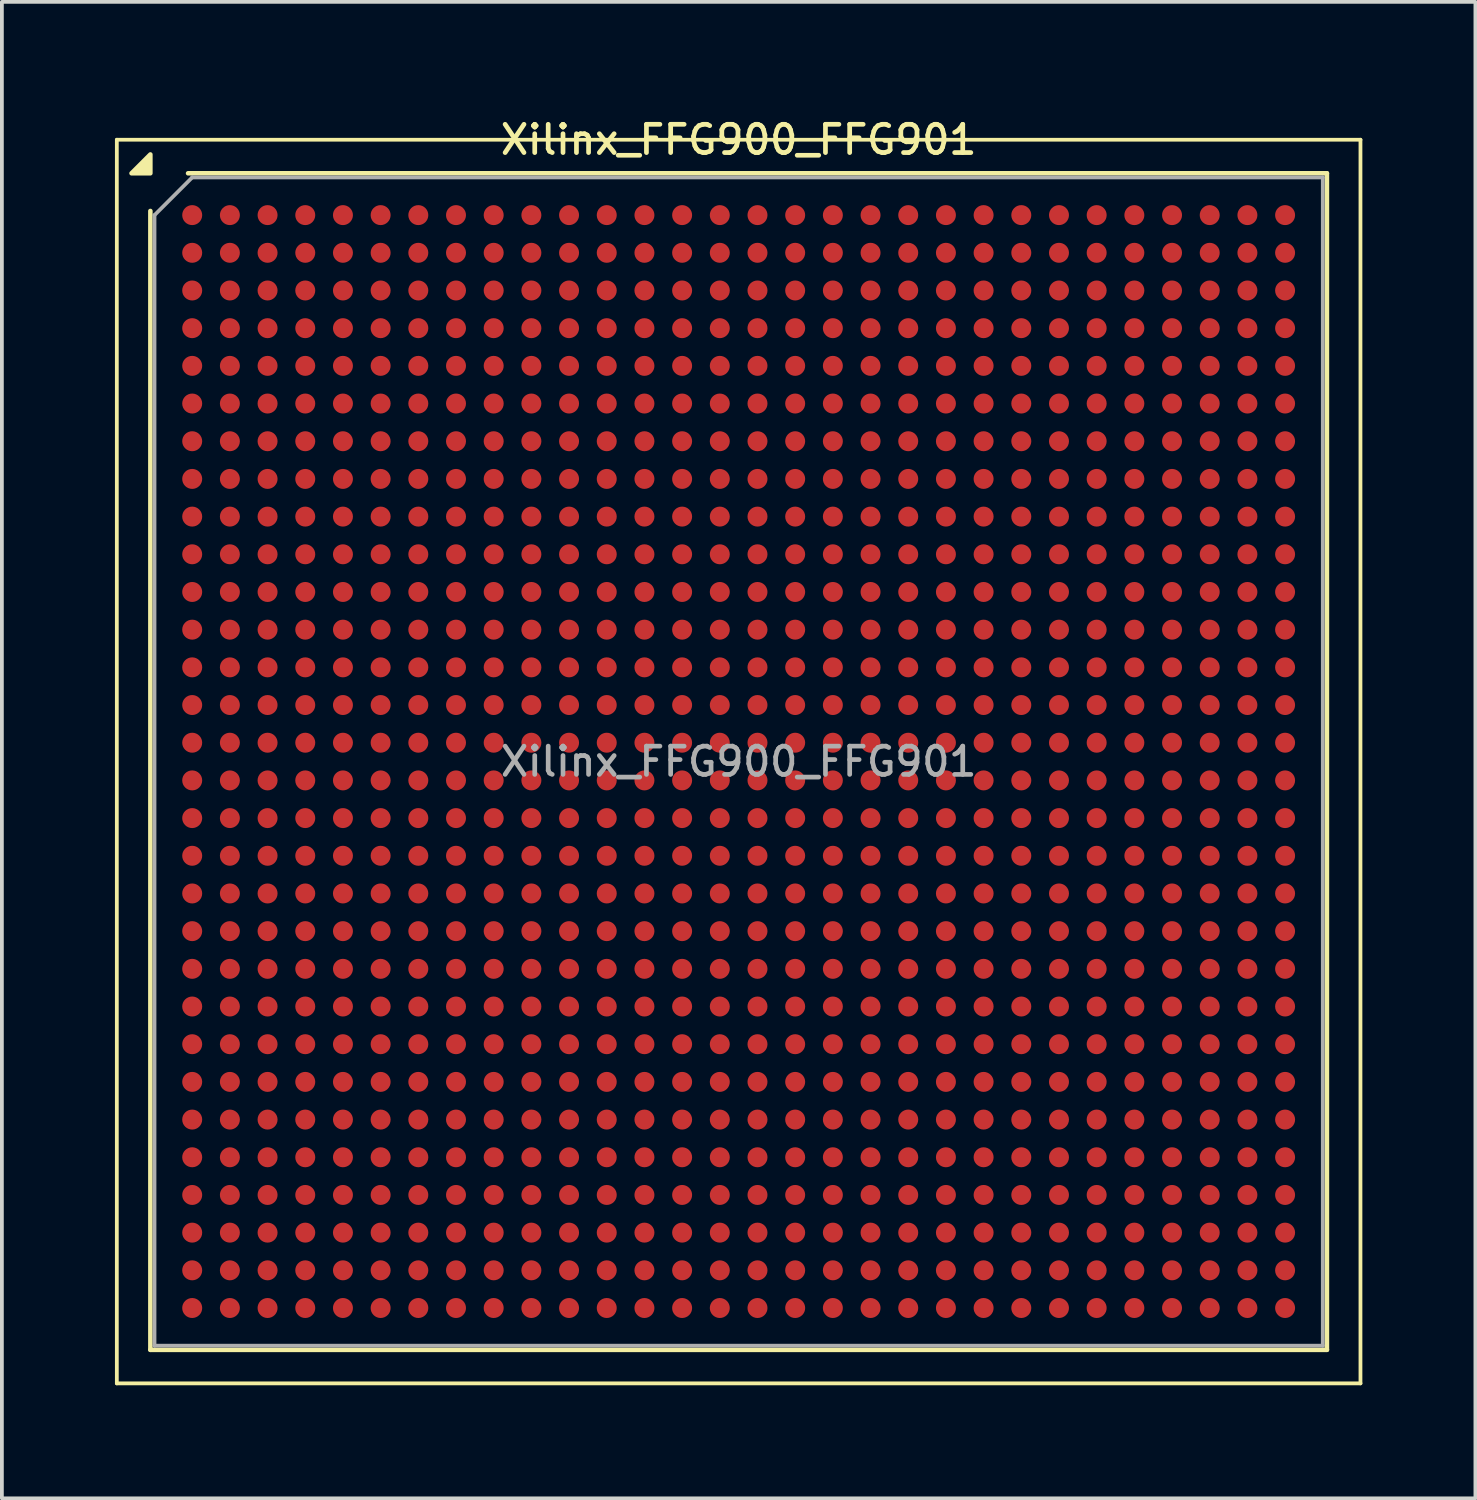
<source format=kicad_pcb>
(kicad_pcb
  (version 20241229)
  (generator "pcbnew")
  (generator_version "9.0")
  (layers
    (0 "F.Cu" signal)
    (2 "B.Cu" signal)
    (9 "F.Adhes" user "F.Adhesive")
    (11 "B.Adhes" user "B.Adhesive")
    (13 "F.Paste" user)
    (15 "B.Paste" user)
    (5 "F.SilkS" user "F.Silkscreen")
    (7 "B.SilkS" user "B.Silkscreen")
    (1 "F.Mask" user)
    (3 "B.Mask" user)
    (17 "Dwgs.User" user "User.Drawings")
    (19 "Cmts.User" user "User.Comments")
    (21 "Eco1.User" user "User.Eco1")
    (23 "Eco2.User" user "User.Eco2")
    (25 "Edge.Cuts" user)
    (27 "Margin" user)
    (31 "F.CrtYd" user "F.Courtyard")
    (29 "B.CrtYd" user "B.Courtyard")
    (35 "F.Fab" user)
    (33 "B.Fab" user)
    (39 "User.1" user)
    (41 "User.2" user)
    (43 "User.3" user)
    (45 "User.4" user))
  (footprint "Xilinx_FFG900_FFG901"
    (layer "F.Cu")
    (at 16.55 17.158)
    (property "Reference" "Xilinx_FFG900_FFG901" (at 0 -16.5 0) (layer "F.SilkS") (effects (font (size 0.75 0.75) (thickness 0.125))))
    (attr smd)
    (fp_line (start -16.5 -16.5) (end -16.5 16.5) (stroke (width 0.1) (type solid)) (layer "F.SilkS"))
    (fp_line (start -16.5 16.5) (end 16.5 16.5) (stroke (width 0.1) (type solid)) (layer "F.SilkS"))
    (fp_line (start -15.61 15.61) (end -15.61 -14.61) (stroke (width 0.12) (type solid)) (layer "F.SilkS"))
    (fp_line (start -14.61 -15.61) (end 15.61 -15.61) (stroke (width 0.12) (type solid)) (layer "F.SilkS"))
    (fp_line (start 15.61 -15.61) (end 15.61 15.61) (stroke (width 0.12) (type solid)) (layer "F.SilkS"))
    (fp_line (start 15.61 15.61) (end -15.61 15.61) (stroke (width 0.12) (type solid)) (layer "F.SilkS"))
    (fp_line (start 16.5 -16.5) (end -16.5 -16.5) (stroke (width 0.1) (type solid)) (layer "F.SilkS"))
    (fp_line (start 16.5 16.5) (end 16.5 -16.5) (stroke (width 0.1) (type solid)) (layer "F.SilkS"))
    (fp_poly (pts (xy -15.61 -15.61) (xy -16.11 -15.61) (xy -15.61 -16.11) (xy -15.61 -15.61)) (stroke (width 0.12) (type solid)) (fill yes) (layer "F.SilkS"))
    (fp_line (start -15.5 -14.5) (end -14.5 -15.5) (stroke (width 0.1) (type solid)) (layer "F.Fab"))
    (fp_line (start -15.5 15.5) (end -15.5 -14.5) (stroke (width 0.1) (type solid)) (layer "F.Fab"))
    (fp_line (start -14.5 -15.5) (end 15.5 -15.5) (stroke (width 0.1) (type solid)) (layer "F.Fab"))
    (fp_line (start 15.5 -15.5) (end 15.5 15.5) (stroke (width 0.1) (type solid)) (layer "F.Fab"))
    (fp_line (start 15.5 15.5) (end -15.5 15.5) (stroke (width 0.1) (type solid)) (layer "F.Fab"))
    (fp_text user "${REFERENCE}" (at 0 0 0) (layer "F.Fab") (effects (font (size 0.75 0.75) (thickness 0.125))))
    (pad "A1" smd circle (at -14.5 -14.5) (size 0.53 0.53) (property pad_prop_bga) (layers "F.Cu" "F.Mask" "F.Paste"))
    (pad "A2" smd circle (at -13.5 -14.5) (size 0.53 0.53) (property pad_prop_bga) (layers "F.Cu" "F.Mask" "F.Paste"))
    (pad "A3" smd circle (at -12.5 -14.5) (size 0.53 0.53) (property pad_prop_bga) (layers "F.Cu" "F.Mask" "F.Paste"))
    (pad "A4" smd circle (at -11.5 -14.5) (size 0.53 0.53) (property pad_prop_bga) (layers "F.Cu" "F.Mask" "F.Paste"))
    (pad "A5" smd circle (at -10.5 -14.5) (size 0.53 0.53) (property pad_prop_bga) (layers "F.Cu" "F.Mask" "F.Paste"))
    (pad "A6" smd circle (at -9.5 -14.5) (size 0.53 0.53) (property pad_prop_bga) (layers "F.Cu" "F.Mask" "F.Paste"))
    (pad "A7" smd circle (at -8.5 -14.5) (size 0.53 0.53) (property pad_prop_bga) (layers "F.Cu" "F.Mask" "F.Paste"))
    (pad "A8" smd circle (at -7.5 -14.5) (size 0.53 0.53) (property pad_prop_bga) (layers "F.Cu" "F.Mask" "F.Paste"))
    (pad "A9" smd circle (at -6.5 -14.5) (size 0.53 0.53) (property pad_prop_bga) (layers "F.Cu" "F.Mask" "F.Paste"))
    (pad "A10" smd circle (at -5.5 -14.5) (size 0.53 0.53) (property pad_prop_bga) (layers "F.Cu" "F.Mask" "F.Paste"))
    (pad "A11" smd circle (at -4.5 -14.5) (size 0.53 0.53) (property pad_prop_bga) (layers "F.Cu" "F.Mask" "F.Paste"))
    (pad "A12" smd circle (at -3.5 -14.5) (size 0.53 0.53) (property pad_prop_bga) (layers "F.Cu" "F.Mask" "F.Paste"))
    (pad "A13" smd circle (at -2.5 -14.5) (size 0.53 0.53) (property pad_prop_bga) (layers "F.Cu" "F.Mask" "F.Paste"))
    (pad "A14" smd circle (at -1.5 -14.5) (size 0.53 0.53) (property pad_prop_bga) (layers "F.Cu" "F.Mask" "F.Paste"))
    (pad "A15" smd circle (at -0.5 -14.5) (size 0.53 0.53) (property pad_prop_bga) (layers "F.Cu" "F.Mask" "F.Paste"))
    (pad "A16" smd circle (at 0.5 -14.5) (size 0.53 0.53) (property pad_prop_bga) (layers "F.Cu" "F.Mask" "F.Paste"))
    (pad "A17" smd circle (at 1.5 -14.5) (size 0.53 0.53) (property pad_prop_bga) (layers "F.Cu" "F.Mask" "F.Paste"))
    (pad "A18" smd circle (at 2.5 -14.5) (size 0.53 0.53) (property pad_prop_bga) (layers "F.Cu" "F.Mask" "F.Paste"))
    (pad "A19" smd circle (at 3.5 -14.5) (size 0.53 0.53) (property pad_prop_bga) (layers "F.Cu" "F.Mask" "F.Paste"))
    (pad "A20" smd circle (at 4.5 -14.5) (size 0.53 0.53) (property pad_prop_bga) (layers "F.Cu" "F.Mask" "F.Paste"))
    (pad "A21" smd circle (at 5.5 -14.5) (size 0.53 0.53) (property pad_prop_bga) (layers "F.Cu" "F.Mask" "F.Paste"))
    (pad "A22" smd circle (at 6.5 -14.5) (size 0.53 0.53) (property pad_prop_bga) (layers "F.Cu" "F.Mask" "F.Paste"))
    (pad "A23" smd circle (at 7.5 -14.5) (size 0.53 0.53) (property pad_prop_bga) (layers "F.Cu" "F.Mask" "F.Paste"))
    (pad "A24" smd circle (at 8.5 -14.5) (size 0.53 0.53) (property pad_prop_bga) (layers "F.Cu" "F.Mask" "F.Paste"))
    (pad "A25" smd circle (at 9.5 -14.5) (size 0.53 0.53) (property pad_prop_bga) (layers "F.Cu" "F.Mask" "F.Paste"))
    (pad "A26" smd circle (at 10.5 -14.5) (size 0.53 0.53) (property pad_prop_bga) (layers "F.Cu" "F.Mask" "F.Paste"))
    (pad "A27" smd circle (at 11.5 -14.5) (size 0.53 0.53) (property pad_prop_bga) (layers "F.Cu" "F.Mask" "F.Paste"))
    (pad "A28" smd circle (at 12.5 -14.5) (size 0.53 0.53) (property pad_prop_bga) (layers "F.Cu" "F.Mask" "F.Paste"))
    (pad "A29" smd circle (at 13.5 -14.5) (size 0.53 0.53) (property pad_prop_bga) (layers "F.Cu" "F.Mask" "F.Paste"))
    (pad "A30" smd circle (at 14.5 -14.5) (size 0.53 0.53) (property pad_prop_bga) (layers "F.Cu" "F.Mask" "F.Paste"))
    (pad "AA1" smd circle (at -14.5 5.5) (size 0.53 0.53) (property pad_prop_bga) (layers "F.Cu" "F.Mask" "F.Paste"))
    (pad "AA2" smd circle (at -13.5 5.5) (size 0.53 0.53) (property pad_prop_bga) (layers "F.Cu" "F.Mask" "F.Paste"))
    (pad "AA3" smd circle (at -12.5 5.5) (size 0.53 0.53) (property pad_prop_bga) (layers "F.Cu" "F.Mask" "F.Paste"))
    (pad "AA4" smd circle (at -11.5 5.5) (size 0.53 0.53) (property pad_prop_bga) (layers "F.Cu" "F.Mask" "F.Paste"))
    (pad "AA5" smd circle (at -10.5 5.5) (size 0.53 0.53) (property pad_prop_bga) (layers "F.Cu" "F.Mask" "F.Paste"))
    (pad "AA6" smd circle (at -9.5 5.5) (size 0.53 0.53) (property pad_prop_bga) (layers "F.Cu" "F.Mask" "F.Paste"))
    (pad "AA7" smd circle (at -8.5 5.5) (size 0.53 0.53) (property pad_prop_bga) (layers "F.Cu" "F.Mask" "F.Paste"))
    (pad "AA8" smd circle (at -7.5 5.5) (size 0.53 0.53) (property pad_prop_bga) (layers "F.Cu" "F.Mask" "F.Paste"))
    (pad "AA9" smd circle (at -6.5 5.5) (size 0.53 0.53) (property pad_prop_bga) (layers "F.Cu" "F.Mask" "F.Paste"))
    (pad "AA10" smd circle (at -5.5 5.5) (size 0.53 0.53) (property pad_prop_bga) (layers "F.Cu" "F.Mask" "F.Paste"))
    (pad "AA11" smd circle (at -4.5 5.5) (size 0.53 0.53) (property pad_prop_bga) (layers "F.Cu" "F.Mask" "F.Paste"))
    (pad "AA12" smd circle (at -3.5 5.5) (size 0.53 0.53) (property pad_prop_bga) (layers "F.Cu" "F.Mask" "F.Paste"))
    (pad "AA13" smd circle (at -2.5 5.5) (size 0.53 0.53) (property pad_prop_bga) (layers "F.Cu" "F.Mask" "F.Paste"))
    (pad "AA14" smd circle (at -1.5 5.5) (size 0.53 0.53) (property pad_prop_bga) (layers "F.Cu" "F.Mask" "F.Paste"))
    (pad "AA15" smd circle (at -0.5 5.5) (size 0.53 0.53) (property pad_prop_bga) (layers "F.Cu" "F.Mask" "F.Paste"))
    (pad "AA16" smd circle (at 0.5 5.5) (size 0.53 0.53) (property pad_prop_bga) (layers "F.Cu" "F.Mask" "F.Paste"))
    (pad "AA17" smd circle (at 1.5 5.5) (size 0.53 0.53) (property pad_prop_bga) (layers "F.Cu" "F.Mask" "F.Paste"))
    (pad "AA18" smd circle (at 2.5 5.5) (size 0.53 0.53) (property pad_prop_bga) (layers "F.Cu" "F.Mask" "F.Paste"))
    (pad "AA19" smd circle (at 3.5 5.5) (size 0.53 0.53) (property pad_prop_bga) (layers "F.Cu" "F.Mask" "F.Paste"))
    (pad "AA20" smd circle (at 4.5 5.5) (size 0.53 0.53) (property pad_prop_bga) (layers "F.Cu" "F.Mask" "F.Paste"))
    (pad "AA21" smd circle (at 5.5 5.5) (size 0.53 0.53) (property pad_prop_bga) (layers "F.Cu" "F.Mask" "F.Paste"))
    (pad "AA22" smd circle (at 6.5 5.5) (size 0.53 0.53) (property pad_prop_bga) (layers "F.Cu" "F.Mask" "F.Paste"))
    (pad "AA23" smd circle (at 7.5 5.5) (size 0.53 0.53) (property pad_prop_bga) (layers "F.Cu" "F.Mask" "F.Paste"))
    (pad "AA24" smd circle (at 8.5 5.5) (size 0.53 0.53) (property pad_prop_bga) (layers "F.Cu" "F.Mask" "F.Paste"))
    (pad "AA25" smd circle (at 9.5 5.5) (size 0.53 0.53) (property pad_prop_bga) (layers "F.Cu" "F.Mask" "F.Paste"))
    (pad "AA26" smd circle (at 10.5 5.5) (size 0.53 0.53) (property pad_prop_bga) (layers "F.Cu" "F.Mask" "F.Paste"))
    (pad "AA27" smd circle (at 11.5 5.5) (size 0.53 0.53) (property pad_prop_bga) (layers "F.Cu" "F.Mask" "F.Paste"))
    (pad "AA28" smd circle (at 12.5 5.5) (size 0.53 0.53) (property pad_prop_bga) (layers "F.Cu" "F.Mask" "F.Paste"))
    (pad "AA29" smd circle (at 13.5 5.5) (size 0.53 0.53) (property pad_prop_bga) (layers "F.Cu" "F.Mask" "F.Paste"))
    (pad "AA30" smd circle (at 14.5 5.5) (size 0.53 0.53) (property pad_prop_bga) (layers "F.Cu" "F.Mask" "F.Paste"))
    (pad "AB1" smd circle (at -14.5 6.5) (size 0.53 0.53) (property pad_prop_bga) (layers "F.Cu" "F.Mask" "F.Paste"))
    (pad "AB2" smd circle (at -13.5 6.5) (size 0.53 0.53) (property pad_prop_bga) (layers "F.Cu" "F.Mask" "F.Paste"))
    (pad "AB3" smd circle (at -12.5 6.5) (size 0.53 0.53) (property pad_prop_bga) (layers "F.Cu" "F.Mask" "F.Paste"))
    (pad "AB4" smd circle (at -11.5 6.5) (size 0.53 0.53) (property pad_prop_bga) (layers "F.Cu" "F.Mask" "F.Paste"))
    (pad "AB5" smd circle (at -10.5 6.5) (size 0.53 0.53) (property pad_prop_bga) (layers "F.Cu" "F.Mask" "F.Paste"))
    (pad "AB6" smd circle (at -9.5 6.5) (size 0.53 0.53) (property pad_prop_bga) (layers "F.Cu" "F.Mask" "F.Paste"))
    (pad "AB7" smd circle (at -8.5 6.5) (size 0.53 0.53) (property pad_prop_bga) (layers "F.Cu" "F.Mask" "F.Paste"))
    (pad "AB8" smd circle (at -7.5 6.5) (size 0.53 0.53) (property pad_prop_bga) (layers "F.Cu" "F.Mask" "F.Paste"))
    (pad "AB9" smd circle (at -6.5 6.5) (size 0.53 0.53) (property pad_prop_bga) (layers "F.Cu" "F.Mask" "F.Paste"))
    (pad "AB10" smd circle (at -5.5 6.5) (size 0.53 0.53) (property pad_prop_bga) (layers "F.Cu" "F.Mask" "F.Paste"))
    (pad "AB11" smd circle (at -4.5 6.5) (size 0.53 0.53) (property pad_prop_bga) (layers "F.Cu" "F.Mask" "F.Paste"))
    (pad "AB12" smd circle (at -3.5 6.5) (size 0.53 0.53) (property pad_prop_bga) (layers "F.Cu" "F.Mask" "F.Paste"))
    (pad "AB13" smd circle (at -2.5 6.5) (size 0.53 0.53) (property pad_prop_bga) (layers "F.Cu" "F.Mask" "F.Paste"))
    (pad "AB14" smd circle (at -1.5 6.5) (size 0.53 0.53) (property pad_prop_bga) (layers "F.Cu" "F.Mask" "F.Paste"))
    (pad "AB15" smd circle (at -0.5 6.5) (size 0.53 0.53) (property pad_prop_bga) (layers "F.Cu" "F.Mask" "F.Paste"))
    (pad "AB16" smd circle (at 0.5 6.5) (size 0.53 0.53) (property pad_prop_bga) (layers "F.Cu" "F.Mask" "F.Paste"))
    (pad "AB17" smd circle (at 1.5 6.5) (size 0.53 0.53) (property pad_prop_bga) (layers "F.Cu" "F.Mask" "F.Paste"))
    (pad "AB18" smd circle (at 2.5 6.5) (size 0.53 0.53) (property pad_prop_bga) (layers "F.Cu" "F.Mask" "F.Paste"))
    (pad "AB19" smd circle (at 3.5 6.5) (size 0.53 0.53) (property pad_prop_bga) (layers "F.Cu" "F.Mask" "F.Paste"))
    (pad "AB20" smd circle (at 4.5 6.5) (size 0.53 0.53) (property pad_prop_bga) (layers "F.Cu" "F.Mask" "F.Paste"))
    (pad "AB21" smd circle (at 5.5 6.5) (size 0.53 0.53) (property pad_prop_bga) (layers "F.Cu" "F.Mask" "F.Paste"))
    (pad "AB22" smd circle (at 6.5 6.5) (size 0.53 0.53) (property pad_prop_bga) (layers "F.Cu" "F.Mask" "F.Paste"))
    (pad "AB23" smd circle (at 7.5 6.5) (size 0.53 0.53) (property pad_prop_bga) (layers "F.Cu" "F.Mask" "F.Paste"))
    (pad "AB24" smd circle (at 8.5 6.5) (size 0.53 0.53) (property pad_prop_bga) (layers "F.Cu" "F.Mask" "F.Paste"))
    (pad "AB25" smd circle (at 9.5 6.5) (size 0.53 0.53) (property pad_prop_bga) (layers "F.Cu" "F.Mask" "F.Paste"))
    (pad "AB26" smd circle (at 10.5 6.5) (size 0.53 0.53) (property pad_prop_bga) (layers "F.Cu" "F.Mask" "F.Paste"))
    (pad "AB27" smd circle (at 11.5 6.5) (size 0.53 0.53) (property pad_prop_bga) (layers "F.Cu" "F.Mask" "F.Paste"))
    (pad "AB28" smd circle (at 12.5 6.5) (size 0.53 0.53) (property pad_prop_bga) (layers "F.Cu" "F.Mask" "F.Paste"))
    (pad "AB29" smd circle (at 13.5 6.5) (size 0.53 0.53) (property pad_prop_bga) (layers "F.Cu" "F.Mask" "F.Paste"))
    (pad "AB30" smd circle (at 14.5 6.5) (size 0.53 0.53) (property pad_prop_bga) (layers "F.Cu" "F.Mask" "F.Paste"))
    (pad "AC1" smd circle (at -14.5 7.5) (size 0.53 0.53) (property pad_prop_bga) (layers "F.Cu" "F.Mask" "F.Paste"))
    (pad "AC2" smd circle (at -13.5 7.5) (size 0.53 0.53) (property pad_prop_bga) (layers "F.Cu" "F.Mask" "F.Paste"))
    (pad "AC3" smd circle (at -12.5 7.5) (size 0.53 0.53) (property pad_prop_bga) (layers "F.Cu" "F.Mask" "F.Paste"))
    (pad "AC4" smd circle (at -11.5 7.5) (size 0.53 0.53) (property pad_prop_bga) (layers "F.Cu" "F.Mask" "F.Paste"))
    (pad "AC5" smd circle (at -10.5 7.5) (size 0.53 0.53) (property pad_prop_bga) (layers "F.Cu" "F.Mask" "F.Paste"))
    (pad "AC6" smd circle (at -9.5 7.5) (size 0.53 0.53) (property pad_prop_bga) (layers "F.Cu" "F.Mask" "F.Paste"))
    (pad "AC7" smd circle (at -8.5 7.5) (size 0.53 0.53) (property pad_prop_bga) (layers "F.Cu" "F.Mask" "F.Paste"))
    (pad "AC8" smd circle (at -7.5 7.5) (size 0.53 0.53) (property pad_prop_bga) (layers "F.Cu" "F.Mask" "F.Paste"))
    (pad "AC9" smd circle (at -6.5 7.5) (size 0.53 0.53) (property pad_prop_bga) (layers "F.Cu" "F.Mask" "F.Paste"))
    (pad "AC10" smd circle (at -5.5 7.5) (size 0.53 0.53) (property pad_prop_bga) (layers "F.Cu" "F.Mask" "F.Paste"))
    (pad "AC11" smd circle (at -4.5 7.5) (size 0.53 0.53) (property pad_prop_bga) (layers "F.Cu" "F.Mask" "F.Paste"))
    (pad "AC12" smd circle (at -3.5 7.5) (size 0.53 0.53) (property pad_prop_bga) (layers "F.Cu" "F.Mask" "F.Paste"))
    (pad "AC13" smd circle (at -2.5 7.5) (size 0.53 0.53) (property pad_prop_bga) (layers "F.Cu" "F.Mask" "F.Paste"))
    (pad "AC14" smd circle (at -1.5 7.5) (size 0.53 0.53) (property pad_prop_bga) (layers "F.Cu" "F.Mask" "F.Paste"))
    (pad "AC15" smd circle (at -0.5 7.5) (size 0.53 0.53) (property pad_prop_bga) (layers "F.Cu" "F.Mask" "F.Paste"))
    (pad "AC16" smd circle (at 0.5 7.5) (size 0.53 0.53) (property pad_prop_bga) (layers "F.Cu" "F.Mask" "F.Paste"))
    (pad "AC17" smd circle (at 1.5 7.5) (size 0.53 0.53) (property pad_prop_bga) (layers "F.Cu" "F.Mask" "F.Paste"))
    (pad "AC18" smd circle (at 2.5 7.5) (size 0.53 0.53) (property pad_prop_bga) (layers "F.Cu" "F.Mask" "F.Paste"))
    (pad "AC19" smd circle (at 3.5 7.5) (size 0.53 0.53) (property pad_prop_bga) (layers "F.Cu" "F.Mask" "F.Paste"))
    (pad "AC20" smd circle (at 4.5 7.5) (size 0.53 0.53) (property pad_prop_bga) (layers "F.Cu" "F.Mask" "F.Paste"))
    (pad "AC21" smd circle (at 5.5 7.5) (size 0.53 0.53) (property pad_prop_bga) (layers "F.Cu" "F.Mask" "F.Paste"))
    (pad "AC22" smd circle (at 6.5 7.5) (size 0.53 0.53) (property pad_prop_bga) (layers "F.Cu" "F.Mask" "F.Paste"))
    (pad "AC23" smd circle (at 7.5 7.5) (size 0.53 0.53) (property pad_prop_bga) (layers "F.Cu" "F.Mask" "F.Paste"))
    (pad "AC24" smd circle (at 8.5 7.5) (size 0.53 0.53) (property pad_prop_bga) (layers "F.Cu" "F.Mask" "F.Paste"))
    (pad "AC25" smd circle (at 9.5 7.5) (size 0.53 0.53) (property pad_prop_bga) (layers "F.Cu" "F.Mask" "F.Paste"))
    (pad "AC26" smd circle (at 10.5 7.5) (size 0.53 0.53) (property pad_prop_bga) (layers "F.Cu" "F.Mask" "F.Paste"))
    (pad "AC27" smd circle (at 11.5 7.5) (size 0.53 0.53) (property pad_prop_bga) (layers "F.Cu" "F.Mask" "F.Paste"))
    (pad "AC28" smd circle (at 12.5 7.5) (size 0.53 0.53) (property pad_prop_bga) (layers "F.Cu" "F.Mask" "F.Paste"))
    (pad "AC29" smd circle (at 13.5 7.5) (size 0.53 0.53) (property pad_prop_bga) (layers "F.Cu" "F.Mask" "F.Paste"))
    (pad "AC30" smd circle (at 14.5 7.5) (size 0.53 0.53) (property pad_prop_bga) (layers "F.Cu" "F.Mask" "F.Paste"))
    (pad "AD1" smd circle (at -14.5 8.5) (size 0.53 0.53) (property pad_prop_bga) (layers "F.Cu" "F.Mask" "F.Paste"))
    (pad "AD2" smd circle (at -13.5 8.5) (size 0.53 0.53) (property pad_prop_bga) (layers "F.Cu" "F.Mask" "F.Paste"))
    (pad "AD3" smd circle (at -12.5 8.5) (size 0.53 0.53) (property pad_prop_bga) (layers "F.Cu" "F.Mask" "F.Paste"))
    (pad "AD4" smd circle (at -11.5 8.5) (size 0.53 0.53) (property pad_prop_bga) (layers "F.Cu" "F.Mask" "F.Paste"))
    (pad "AD5" smd circle (at -10.5 8.5) (size 0.53 0.53) (property pad_prop_bga) (layers "F.Cu" "F.Mask" "F.Paste"))
    (pad "AD6" smd circle (at -9.5 8.5) (size 0.53 0.53) (property pad_prop_bga) (layers "F.Cu" "F.Mask" "F.Paste"))
    (pad "AD7" smd circle (at -8.5 8.5) (size 0.53 0.53) (property pad_prop_bga) (layers "F.Cu" "F.Mask" "F.Paste"))
    (pad "AD8" smd circle (at -7.5 8.5) (size 0.53 0.53) (property pad_prop_bga) (layers "F.Cu" "F.Mask" "F.Paste"))
    (pad "AD9" smd circle (at -6.5 8.5) (size 0.53 0.53) (property pad_prop_bga) (layers "F.Cu" "F.Mask" "F.Paste"))
    (pad "AD10" smd circle (at -5.5 8.5) (size 0.53 0.53) (property pad_prop_bga) (layers "F.Cu" "F.Mask" "F.Paste"))
    (pad "AD11" smd circle (at -4.5 8.5) (size 0.53 0.53) (property pad_prop_bga) (layers "F.Cu" "F.Mask" "F.Paste"))
    (pad "AD12" smd circle (at -3.5 8.5) (size 0.53 0.53) (property pad_prop_bga) (layers "F.Cu" "F.Mask" "F.Paste"))
    (pad "AD13" smd circle (at -2.5 8.5) (size 0.53 0.53) (property pad_prop_bga) (layers "F.Cu" "F.Mask" "F.Paste"))
    (pad "AD14" smd circle (at -1.5 8.5) (size 0.53 0.53) (property pad_prop_bga) (layers "F.Cu" "F.Mask" "F.Paste"))
    (pad "AD15" smd circle (at -0.5 8.5) (size 0.53 0.53) (property pad_prop_bga) (layers "F.Cu" "F.Mask" "F.Paste"))
    (pad "AD16" smd circle (at 0.5 8.5) (size 0.53 0.53) (property pad_prop_bga) (layers "F.Cu" "F.Mask" "F.Paste"))
    (pad "AD17" smd circle (at 1.5 8.5) (size 0.53 0.53) (property pad_prop_bga) (layers "F.Cu" "F.Mask" "F.Paste"))
    (pad "AD18" smd circle (at 2.5 8.5) (size 0.53 0.53) (property pad_prop_bga) (layers "F.Cu" "F.Mask" "F.Paste"))
    (pad "AD19" smd circle (at 3.5 8.5) (size 0.53 0.53) (property pad_prop_bga) (layers "F.Cu" "F.Mask" "F.Paste"))
    (pad "AD20" smd circle (at 4.5 8.5) (size 0.53 0.53) (property pad_prop_bga) (layers "F.Cu" "F.Mask" "F.Paste"))
    (pad "AD21" smd circle (at 5.5 8.5) (size 0.53 0.53) (property pad_prop_bga) (layers "F.Cu" "F.Mask" "F.Paste"))
    (pad "AD22" smd circle (at 6.5 8.5) (size 0.53 0.53) (property pad_prop_bga) (layers "F.Cu" "F.Mask" "F.Paste"))
    (pad "AD23" smd circle (at 7.5 8.5) (size 0.53 0.53) (property pad_prop_bga) (layers "F.Cu" "F.Mask" "F.Paste"))
    (pad "AD24" smd circle (at 8.5 8.5) (size 0.53 0.53) (property pad_prop_bga) (layers "F.Cu" "F.Mask" "F.Paste"))
    (pad "AD25" smd circle (at 9.5 8.5) (size 0.53 0.53) (property pad_prop_bga) (layers "F.Cu" "F.Mask" "F.Paste"))
    (pad "AD26" smd circle (at 10.5 8.5) (size 0.53 0.53) (property pad_prop_bga) (layers "F.Cu" "F.Mask" "F.Paste"))
    (pad "AD27" smd circle (at 11.5 8.5) (size 0.53 0.53) (property pad_prop_bga) (layers "F.Cu" "F.Mask" "F.Paste"))
    (pad "AD28" smd circle (at 12.5 8.5) (size 0.53 0.53) (property pad_prop_bga) (layers "F.Cu" "F.Mask" "F.Paste"))
    (pad "AD29" smd circle (at 13.5 8.5) (size 0.53 0.53) (property pad_prop_bga) (layers "F.Cu" "F.Mask" "F.Paste"))
    (pad "AD30" smd circle (at 14.5 8.5) (size 0.53 0.53) (property pad_prop_bga) (layers "F.Cu" "F.Mask" "F.Paste"))
    (pad "AE1" smd circle (at -14.5 9.5) (size 0.53 0.53) (property pad_prop_bga) (layers "F.Cu" "F.Mask" "F.Paste"))
    (pad "AE2" smd circle (at -13.5 9.5) (size 0.53 0.53) (property pad_prop_bga) (layers "F.Cu" "F.Mask" "F.Paste"))
    (pad "AE3" smd circle (at -12.5 9.5) (size 0.53 0.53) (property pad_prop_bga) (layers "F.Cu" "F.Mask" "F.Paste"))
    (pad "AE4" smd circle (at -11.5 9.5) (size 0.53 0.53) (property pad_prop_bga) (layers "F.Cu" "F.Mask" "F.Paste"))
    (pad "AE5" smd circle (at -10.5 9.5) (size 0.53 0.53) (property pad_prop_bga) (layers "F.Cu" "F.Mask" "F.Paste"))
    (pad "AE6" smd circle (at -9.5 9.5) (size 0.53 0.53) (property pad_prop_bga) (layers "F.Cu" "F.Mask" "F.Paste"))
    (pad "AE7" smd circle (at -8.5 9.5) (size 0.53 0.53) (property pad_prop_bga) (layers "F.Cu" "F.Mask" "F.Paste"))
    (pad "AE8" smd circle (at -7.5 9.5) (size 0.53 0.53) (property pad_prop_bga) (layers "F.Cu" "F.Mask" "F.Paste"))
    (pad "AE9" smd circle (at -6.5 9.5) (size 0.53 0.53) (property pad_prop_bga) (layers "F.Cu" "F.Mask" "F.Paste"))
    (pad "AE10" smd circle (at -5.5 9.5) (size 0.53 0.53) (property pad_prop_bga) (layers "F.Cu" "F.Mask" "F.Paste"))
    (pad "AE11" smd circle (at -4.5 9.5) (size 0.53 0.53) (property pad_prop_bga) (layers "F.Cu" "F.Mask" "F.Paste"))
    (pad "AE12" smd circle (at -3.5 9.5) (size 0.53 0.53) (property pad_prop_bga) (layers "F.Cu" "F.Mask" "F.Paste"))
    (pad "AE13" smd circle (at -2.5 9.5) (size 0.53 0.53) (property pad_prop_bga) (layers "F.Cu" "F.Mask" "F.Paste"))
    (pad "AE14" smd circle (at -1.5 9.5) (size 0.53 0.53) (property pad_prop_bga) (layers "F.Cu" "F.Mask" "F.Paste"))
    (pad "AE15" smd circle (at -0.5 9.5) (size 0.53 0.53) (property pad_prop_bga) (layers "F.Cu" "F.Mask" "F.Paste"))
    (pad "AE16" smd circle (at 0.5 9.5) (size 0.53 0.53) (property pad_prop_bga) (layers "F.Cu" "F.Mask" "F.Paste"))
    (pad "AE17" smd circle (at 1.5 9.5) (size 0.53 0.53) (property pad_prop_bga) (layers "F.Cu" "F.Mask" "F.Paste"))
    (pad "AE18" smd circle (at 2.5 9.5) (size 0.53 0.53) (property pad_prop_bga) (layers "F.Cu" "F.Mask" "F.Paste"))
    (pad "AE19" smd circle (at 3.5 9.5) (size 0.53 0.53) (property pad_prop_bga) (layers "F.Cu" "F.Mask" "F.Paste"))
    (pad "AE20" smd circle (at 4.5 9.5) (size 0.53 0.53) (property pad_prop_bga) (layers "F.Cu" "F.Mask" "F.Paste"))
    (pad "AE21" smd circle (at 5.5 9.5) (size 0.53 0.53) (property pad_prop_bga) (layers "F.Cu" "F.Mask" "F.Paste"))
    (pad "AE22" smd circle (at 6.5 9.5) (size 0.53 0.53) (property pad_prop_bga) (layers "F.Cu" "F.Mask" "F.Paste"))
    (pad "AE23" smd circle (at 7.5 9.5) (size 0.53 0.53) (property pad_prop_bga) (layers "F.Cu" "F.Mask" "F.Paste"))
    (pad "AE24" smd circle (at 8.5 9.5) (size 0.53 0.53) (property pad_prop_bga) (layers "F.Cu" "F.Mask" "F.Paste"))
    (pad "AE25" smd circle (at 9.5 9.5) (size 0.53 0.53) (property pad_prop_bga) (layers "F.Cu" "F.Mask" "F.Paste"))
    (pad "AE26" smd circle (at 10.5 9.5) (size 0.53 0.53) (property pad_prop_bga) (layers "F.Cu" "F.Mask" "F.Paste"))
    (pad "AE27" smd circle (at 11.5 9.5) (size 0.53 0.53) (property pad_prop_bga) (layers "F.Cu" "F.Mask" "F.Paste"))
    (pad "AE28" smd circle (at 12.5 9.5) (size 0.53 0.53) (property pad_prop_bga) (layers "F.Cu" "F.Mask" "F.Paste"))
    (pad "AE29" smd circle (at 13.5 9.5) (size 0.53 0.53) (property pad_prop_bga) (layers "F.Cu" "F.Mask" "F.Paste"))
    (pad "AE30" smd circle (at 14.5 9.5) (size 0.53 0.53) (property pad_prop_bga) (layers "F.Cu" "F.Mask" "F.Paste"))
    (pad "AF1" smd circle (at -14.5 10.5) (size 0.53 0.53) (property pad_prop_bga) (layers "F.Cu" "F.Mask" "F.Paste"))
    (pad "AF2" smd circle (at -13.5 10.5) (size 0.53 0.53) (property pad_prop_bga) (layers "F.Cu" "F.Mask" "F.Paste"))
    (pad "AF3" smd circle (at -12.5 10.5) (size 0.53 0.53) (property pad_prop_bga) (layers "F.Cu" "F.Mask" "F.Paste"))
    (pad "AF4" smd circle (at -11.5 10.5) (size 0.53 0.53) (property pad_prop_bga) (layers "F.Cu" "F.Mask" "F.Paste"))
    (pad "AF5" smd circle (at -10.5 10.5) (size 0.53 0.53) (property pad_prop_bga) (layers "F.Cu" "F.Mask" "F.Paste"))
    (pad "AF6" smd circle (at -9.5 10.5) (size 0.53 0.53) (property pad_prop_bga) (layers "F.Cu" "F.Mask" "F.Paste"))
    (pad "AF7" smd circle (at -8.5 10.5) (size 0.53 0.53) (property pad_prop_bga) (layers "F.Cu" "F.Mask" "F.Paste"))
    (pad "AF8" smd circle (at -7.5 10.5) (size 0.53 0.53) (property pad_prop_bga) (layers "F.Cu" "F.Mask" "F.Paste"))
    (pad "AF9" smd circle (at -6.5 10.5) (size 0.53 0.53) (property pad_prop_bga) (layers "F.Cu" "F.Mask" "F.Paste"))
    (pad "AF10" smd circle (at -5.5 10.5) (size 0.53 0.53) (property pad_prop_bga) (layers "F.Cu" "F.Mask" "F.Paste"))
    (pad "AF11" smd circle (at -4.5 10.5) (size 0.53 0.53) (property pad_prop_bga) (layers "F.Cu" "F.Mask" "F.Paste"))
    (pad "AF12" smd circle (at -3.5 10.5) (size 0.53 0.53) (property pad_prop_bga) (layers "F.Cu" "F.Mask" "F.Paste"))
    (pad "AF13" smd circle (at -2.5 10.5) (size 0.53 0.53) (property pad_prop_bga) (layers "F.Cu" "F.Mask" "F.Paste"))
    (pad "AF14" smd circle (at -1.5 10.5) (size 0.53 0.53) (property pad_prop_bga) (layers "F.Cu" "F.Mask" "F.Paste"))
    (pad "AF15" smd circle (at -0.5 10.5) (size 0.53 0.53) (property pad_prop_bga) (layers "F.Cu" "F.Mask" "F.Paste"))
    (pad "AF16" smd circle (at 0.5 10.5) (size 0.53 0.53) (property pad_prop_bga) (layers "F.Cu" "F.Mask" "F.Paste"))
    (pad "AF17" smd circle (at 1.5 10.5) (size 0.53 0.53) (property pad_prop_bga) (layers "F.Cu" "F.Mask" "F.Paste"))
    (pad "AF18" smd circle (at 2.5 10.5) (size 0.53 0.53) (property pad_prop_bga) (layers "F.Cu" "F.Mask" "F.Paste"))
    (pad "AF19" smd circle (at 3.5 10.5) (size 0.53 0.53) (property pad_prop_bga) (layers "F.Cu" "F.Mask" "F.Paste"))
    (pad "AF20" smd circle (at 4.5 10.5) (size 0.53 0.53) (property pad_prop_bga) (layers "F.Cu" "F.Mask" "F.Paste"))
    (pad "AF21" smd circle (at 5.5 10.5) (size 0.53 0.53) (property pad_prop_bga) (layers "F.Cu" "F.Mask" "F.Paste"))
    (pad "AF22" smd circle (at 6.5 10.5) (size 0.53 0.53) (property pad_prop_bga) (layers "F.Cu" "F.Mask" "F.Paste"))
    (pad "AF23" smd circle (at 7.5 10.5) (size 0.53 0.53) (property pad_prop_bga) (layers "F.Cu" "F.Mask" "F.Paste"))
    (pad "AF24" smd circle (at 8.5 10.5) (size 0.53 0.53) (property pad_prop_bga) (layers "F.Cu" "F.Mask" "F.Paste"))
    (pad "AF25" smd circle (at 9.5 10.5) (size 0.53 0.53) (property pad_prop_bga) (layers "F.Cu" "F.Mask" "F.Paste"))
    (pad "AF26" smd circle (at 10.5 10.5) (size 0.53 0.53) (property pad_prop_bga) (layers "F.Cu" "F.Mask" "F.Paste"))
    (pad "AF27" smd circle (at 11.5 10.5) (size 0.53 0.53) (property pad_prop_bga) (layers "F.Cu" "F.Mask" "F.Paste"))
    (pad "AF28" smd circle (at 12.5 10.5) (size 0.53 0.53) (property pad_prop_bga) (layers "F.Cu" "F.Mask" "F.Paste"))
    (pad "AF29" smd circle (at 13.5 10.5) (size 0.53 0.53) (property pad_prop_bga) (layers "F.Cu" "F.Mask" "F.Paste"))
    (pad "AF30" smd circle (at 14.5 10.5) (size 0.53 0.53) (property pad_prop_bga) (layers "F.Cu" "F.Mask" "F.Paste"))
    (pad "AG1" smd circle (at -14.5 11.5) (size 0.53 0.53) (property pad_prop_bga) (layers "F.Cu" "F.Mask" "F.Paste"))
    (pad "AG2" smd circle (at -13.5 11.5) (size 0.53 0.53) (property pad_prop_bga) (layers "F.Cu" "F.Mask" "F.Paste"))
    (pad "AG3" smd circle (at -12.5 11.5) (size 0.53 0.53) (property pad_prop_bga) (layers "F.Cu" "F.Mask" "F.Paste"))
    (pad "AG4" smd circle (at -11.5 11.5) (size 0.53 0.53) (property pad_prop_bga) (layers "F.Cu" "F.Mask" "F.Paste"))
    (pad "AG5" smd circle (at -10.5 11.5) (size 0.53 0.53) (property pad_prop_bga) (layers "F.Cu" "F.Mask" "F.Paste"))
    (pad "AG6" smd circle (at -9.5 11.5) (size 0.53 0.53) (property pad_prop_bga) (layers "F.Cu" "F.Mask" "F.Paste"))
    (pad "AG7" smd circle (at -8.5 11.5) (size 0.53 0.53) (property pad_prop_bga) (layers "F.Cu" "F.Mask" "F.Paste"))
    (pad "AG8" smd circle (at -7.5 11.5) (size 0.53 0.53) (property pad_prop_bga) (layers "F.Cu" "F.Mask" "F.Paste"))
    (pad "AG9" smd circle (at -6.5 11.5) (size 0.53 0.53) (property pad_prop_bga) (layers "F.Cu" "F.Mask" "F.Paste"))
    (pad "AG10" smd circle (at -5.5 11.5) (size 0.53 0.53) (property pad_prop_bga) (layers "F.Cu" "F.Mask" "F.Paste"))
    (pad "AG11" smd circle (at -4.5 11.5) (size 0.53 0.53) (property pad_prop_bga) (layers "F.Cu" "F.Mask" "F.Paste"))
    (pad "AG12" smd circle (at -3.5 11.5) (size 0.53 0.53) (property pad_prop_bga) (layers "F.Cu" "F.Mask" "F.Paste"))
    (pad "AG13" smd circle (at -2.5 11.5) (size 0.53 0.53) (property pad_prop_bga) (layers "F.Cu" "F.Mask" "F.Paste"))
    (pad "AG14" smd circle (at -1.5 11.5) (size 0.53 0.53) (property pad_prop_bga) (layers "F.Cu" "F.Mask" "F.Paste"))
    (pad "AG15" smd circle (at -0.5 11.5) (size 0.53 0.53) (property pad_prop_bga) (layers "F.Cu" "F.Mask" "F.Paste"))
    (pad "AG16" smd circle (at 0.5 11.5) (size 0.53 0.53) (property pad_prop_bga) (layers "F.Cu" "F.Mask" "F.Paste"))
    (pad "AG17" smd circle (at 1.5 11.5) (size 0.53 0.53) (property pad_prop_bga) (layers "F.Cu" "F.Mask" "F.Paste"))
    (pad "AG18" smd circle (at 2.5 11.5) (size 0.53 0.53) (property pad_prop_bga) (layers "F.Cu" "F.Mask" "F.Paste"))
    (pad "AG19" smd circle (at 3.5 11.5) (size 0.53 0.53) (property pad_prop_bga) (layers "F.Cu" "F.Mask" "F.Paste"))
    (pad "AG20" smd circle (at 4.5 11.5) (size 0.53 0.53) (property pad_prop_bga) (layers "F.Cu" "F.Mask" "F.Paste"))
    (pad "AG21" smd circle (at 5.5 11.5) (size 0.53 0.53) (property pad_prop_bga) (layers "F.Cu" "F.Mask" "F.Paste"))
    (pad "AG22" smd circle (at 6.5 11.5) (size 0.53 0.53) (property pad_prop_bga) (layers "F.Cu" "F.Mask" "F.Paste"))
    (pad "AG23" smd circle (at 7.5 11.5) (size 0.53 0.53) (property pad_prop_bga) (layers "F.Cu" "F.Mask" "F.Paste"))
    (pad "AG24" smd circle (at 8.5 11.5) (size 0.53 0.53) (property pad_prop_bga) (layers "F.Cu" "F.Mask" "F.Paste"))
    (pad "AG25" smd circle (at 9.5 11.5) (size 0.53 0.53) (property pad_prop_bga) (layers "F.Cu" "F.Mask" "F.Paste"))
    (pad "AG26" smd circle (at 10.5 11.5) (size 0.53 0.53) (property pad_prop_bga) (layers "F.Cu" "F.Mask" "F.Paste"))
    (pad "AG27" smd circle (at 11.5 11.5) (size 0.53 0.53) (property pad_prop_bga) (layers "F.Cu" "F.Mask" "F.Paste"))
    (pad "AG28" smd circle (at 12.5 11.5) (size 0.53 0.53) (property pad_prop_bga) (layers "F.Cu" "F.Mask" "F.Paste"))
    (pad "AG29" smd circle (at 13.5 11.5) (size 0.53 0.53) (property pad_prop_bga) (layers "F.Cu" "F.Mask" "F.Paste"))
    (pad "AG30" smd circle (at 14.5 11.5) (size 0.53 0.53) (property pad_prop_bga) (layers "F.Cu" "F.Mask" "F.Paste"))
    (pad "AH1" smd circle (at -14.5 12.5) (size 0.53 0.53) (property pad_prop_bga) (layers "F.Cu" "F.Mask" "F.Paste"))
    (pad "AH2" smd circle (at -13.5 12.5) (size 0.53 0.53) (property pad_prop_bga) (layers "F.Cu" "F.Mask" "F.Paste"))
    (pad "AH3" smd circle (at -12.5 12.5) (size 0.53 0.53) (property pad_prop_bga) (layers "F.Cu" "F.Mask" "F.Paste"))
    (pad "AH4" smd circle (at -11.5 12.5) (size 0.53 0.53) (property pad_prop_bga) (layers "F.Cu" "F.Mask" "F.Paste"))
    (pad "AH5" smd circle (at -10.5 12.5) (size 0.53 0.53) (property pad_prop_bga) (layers "F.Cu" "F.Mask" "F.Paste"))
    (pad "AH6" smd circle (at -9.5 12.5) (size 0.53 0.53) (property pad_prop_bga) (layers "F.Cu" "F.Mask" "F.Paste"))
    (pad "AH7" smd circle (at -8.5 12.5) (size 0.53 0.53) (property pad_prop_bga) (layers "F.Cu" "F.Mask" "F.Paste"))
    (pad "AH8" smd circle (at -7.5 12.5) (size 0.53 0.53) (property pad_prop_bga) (layers "F.Cu" "F.Mask" "F.Paste"))
    (pad "AH9" smd circle (at -6.5 12.5) (size 0.53 0.53) (property pad_prop_bga) (layers "F.Cu" "F.Mask" "F.Paste"))
    (pad "AH10" smd circle (at -5.5 12.5) (size 0.53 0.53) (property pad_prop_bga) (layers "F.Cu" "F.Mask" "F.Paste"))
    (pad "AH11" smd circle (at -4.5 12.5) (size 0.53 0.53) (property pad_prop_bga) (layers "F.Cu" "F.Mask" "F.Paste"))
    (pad "AH12" smd circle (at -3.5 12.5) (size 0.53 0.53) (property pad_prop_bga) (layers "F.Cu" "F.Mask" "F.Paste"))
    (pad "AH13" smd circle (at -2.5 12.5) (size 0.53 0.53) (property pad_prop_bga) (layers "F.Cu" "F.Mask" "F.Paste"))
    (pad "AH14" smd circle (at -1.5 12.5) (size 0.53 0.53) (property pad_prop_bga) (layers "F.Cu" "F.Mask" "F.Paste"))
    (pad "AH15" smd circle (at -0.5 12.5) (size 0.53 0.53) (property pad_prop_bga) (layers "F.Cu" "F.Mask" "F.Paste"))
    (pad "AH16" smd circle (at 0.5 12.5) (size 0.53 0.53) (property pad_prop_bga) (layers "F.Cu" "F.Mask" "F.Paste"))
    (pad "AH17" smd circle (at 1.5 12.5) (size 0.53 0.53) (property pad_prop_bga) (layers "F.Cu" "F.Mask" "F.Paste"))
    (pad "AH18" smd circle (at 2.5 12.5) (size 0.53 0.53) (property pad_prop_bga) (layers "F.Cu" "F.Mask" "F.Paste"))
    (pad "AH19" smd circle (at 3.5 12.5) (size 0.53 0.53) (property pad_prop_bga) (layers "F.Cu" "F.Mask" "F.Paste"))
    (pad "AH20" smd circle (at 4.5 12.5) (size 0.53 0.53) (property pad_prop_bga) (layers "F.Cu" "F.Mask" "F.Paste"))
    (pad "AH21" smd circle (at 5.5 12.5) (size 0.53 0.53) (property pad_prop_bga) (layers "F.Cu" "F.Mask" "F.Paste"))
    (pad "AH22" smd circle (at 6.5 12.5) (size 0.53 0.53) (property pad_prop_bga) (layers "F.Cu" "F.Mask" "F.Paste"))
    (pad "AH23" smd circle (at 7.5 12.5) (size 0.53 0.53) (property pad_prop_bga) (layers "F.Cu" "F.Mask" "F.Paste"))
    (pad "AH24" smd circle (at 8.5 12.5) (size 0.53 0.53) (property pad_prop_bga) (layers "F.Cu" "F.Mask" "F.Paste"))
    (pad "AH25" smd circle (at 9.5 12.5) (size 0.53 0.53) (property pad_prop_bga) (layers "F.Cu" "F.Mask" "F.Paste"))
    (pad "AH26" smd circle (at 10.5 12.5) (size 0.53 0.53) (property pad_prop_bga) (layers "F.Cu" "F.Mask" "F.Paste"))
    (pad "AH27" smd circle (at 11.5 12.5) (size 0.53 0.53) (property pad_prop_bga) (layers "F.Cu" "F.Mask" "F.Paste"))
    (pad "AH28" smd circle (at 12.5 12.5) (size 0.53 0.53) (property pad_prop_bga) (layers "F.Cu" "F.Mask" "F.Paste"))
    (pad "AH29" smd circle (at 13.5 12.5) (size 0.53 0.53) (property pad_prop_bga) (layers "F.Cu" "F.Mask" "F.Paste"))
    (pad "AH30" smd circle (at 14.5 12.5) (size 0.53 0.53) (property pad_prop_bga) (layers "F.Cu" "F.Mask" "F.Paste"))
    (pad "AJ1" smd circle (at -14.5 13.5) (size 0.53 0.53) (property pad_prop_bga) (layers "F.Cu" "F.Mask" "F.Paste"))
    (pad "AJ2" smd circle (at -13.5 13.5) (size 0.53 0.53) (property pad_prop_bga) (layers "F.Cu" "F.Mask" "F.Paste"))
    (pad "AJ3" smd circle (at -12.5 13.5) (size 0.53 0.53) (property pad_prop_bga) (layers "F.Cu" "F.Mask" "F.Paste"))
    (pad "AJ4" smd circle (at -11.5 13.5) (size 0.53 0.53) (property pad_prop_bga) (layers "F.Cu" "F.Mask" "F.Paste"))
    (pad "AJ5" smd circle (at -10.5 13.5) (size 0.53 0.53) (property pad_prop_bga) (layers "F.Cu" "F.Mask" "F.Paste"))
    (pad "AJ6" smd circle (at -9.5 13.5) (size 0.53 0.53) (property pad_prop_bga) (layers "F.Cu" "F.Mask" "F.Paste"))
    (pad "AJ7" smd circle (at -8.5 13.5) (size 0.53 0.53) (property pad_prop_bga) (layers "F.Cu" "F.Mask" "F.Paste"))
    (pad "AJ8" smd circle (at -7.5 13.5) (size 0.53 0.53) (property pad_prop_bga) (layers "F.Cu" "F.Mask" "F.Paste"))
    (pad "AJ9" smd circle (at -6.5 13.5) (size 0.53 0.53) (property pad_prop_bga) (layers "F.Cu" "F.Mask" "F.Paste"))
    (pad "AJ10" smd circle (at -5.5 13.5) (size 0.53 0.53) (property pad_prop_bga) (layers "F.Cu" "F.Mask" "F.Paste"))
    (pad "AJ11" smd circle (at -4.5 13.5) (size 0.53 0.53) (property pad_prop_bga) (layers "F.Cu" "F.Mask" "F.Paste"))
    (pad "AJ12" smd circle (at -3.5 13.5) (size 0.53 0.53) (property pad_prop_bga) (layers "F.Cu" "F.Mask" "F.Paste"))
    (pad "AJ13" smd circle (at -2.5 13.5) (size 0.53 0.53) (property pad_prop_bga) (layers "F.Cu" "F.Mask" "F.Paste"))
    (pad "AJ14" smd circle (at -1.5 13.5) (size 0.53 0.53) (property pad_prop_bga) (layers "F.Cu" "F.Mask" "F.Paste"))
    (pad "AJ15" smd circle (at -0.5 13.5) (size 0.53 0.53) (property pad_prop_bga) (layers "F.Cu" "F.Mask" "F.Paste"))
    (pad "AJ16" smd circle (at 0.5 13.5) (size 0.53 0.53) (property pad_prop_bga) (layers "F.Cu" "F.Mask" "F.Paste"))
    (pad "AJ17" smd circle (at 1.5 13.5) (size 0.53 0.53) (property pad_prop_bga) (layers "F.Cu" "F.Mask" "F.Paste"))
    (pad "AJ18" smd circle (at 2.5 13.5) (size 0.53 0.53) (property pad_prop_bga) (layers "F.Cu" "F.Mask" "F.Paste"))
    (pad "AJ19" smd circle (at 3.5 13.5) (size 0.53 0.53) (property pad_prop_bga) (layers "F.Cu" "F.Mask" "F.Paste"))
    (pad "AJ20" smd circle (at 4.5 13.5) (size 0.53 0.53) (property pad_prop_bga) (layers "F.Cu" "F.Mask" "F.Paste"))
    (pad "AJ21" smd circle (at 5.5 13.5) (size 0.53 0.53) (property pad_prop_bga) (layers "F.Cu" "F.Mask" "F.Paste"))
    (pad "AJ22" smd circle (at 6.5 13.5) (size 0.53 0.53) (property pad_prop_bga) (layers "F.Cu" "F.Mask" "F.Paste"))
    (pad "AJ23" smd circle (at 7.5 13.5) (size 0.53 0.53) (property pad_prop_bga) (layers "F.Cu" "F.Mask" "F.Paste"))
    (pad "AJ24" smd circle (at 8.5 13.5) (size 0.53 0.53) (property pad_prop_bga) (layers "F.Cu" "F.Mask" "F.Paste"))
    (pad "AJ25" smd circle (at 9.5 13.5) (size 0.53 0.53) (property pad_prop_bga) (layers "F.Cu" "F.Mask" "F.Paste"))
    (pad "AJ26" smd circle (at 10.5 13.5) (size 0.53 0.53) (property pad_prop_bga) (layers "F.Cu" "F.Mask" "F.Paste"))
    (pad "AJ27" smd circle (at 11.5 13.5) (size 0.53 0.53) (property pad_prop_bga) (layers "F.Cu" "F.Mask" "F.Paste"))
    (pad "AJ28" smd circle (at 12.5 13.5) (size 0.53 0.53) (property pad_prop_bga) (layers "F.Cu" "F.Mask" "F.Paste"))
    (pad "AJ29" smd circle (at 13.5 13.5) (size 0.53 0.53) (property pad_prop_bga) (layers "F.Cu" "F.Mask" "F.Paste"))
    (pad "AJ30" smd circle (at 14.5 13.5) (size 0.53 0.53) (property pad_prop_bga) (layers "F.Cu" "F.Mask" "F.Paste"))
    (pad "AK1" smd circle (at -14.5 14.5) (size 0.53 0.53) (property pad_prop_bga) (layers "F.Cu" "F.Mask" "F.Paste"))
    (pad "AK2" smd circle (at -13.5 14.5) (size 0.53 0.53) (property pad_prop_bga) (layers "F.Cu" "F.Mask" "F.Paste"))
    (pad "AK3" smd circle (at -12.5 14.5) (size 0.53 0.53) (property pad_prop_bga) (layers "F.Cu" "F.Mask" "F.Paste"))
    (pad "AK4" smd circle (at -11.5 14.5) (size 0.53 0.53) (property pad_prop_bga) (layers "F.Cu" "F.Mask" "F.Paste"))
    (pad "AK5" smd circle (at -10.5 14.5) (size 0.53 0.53) (property pad_prop_bga) (layers "F.Cu" "F.Mask" "F.Paste"))
    (pad "AK6" smd circle (at -9.5 14.5) (size 0.53 0.53) (property pad_prop_bga) (layers "F.Cu" "F.Mask" "F.Paste"))
    (pad "AK7" smd circle (at -8.5 14.5) (size 0.53 0.53) (property pad_prop_bga) (layers "F.Cu" "F.Mask" "F.Paste"))
    (pad "AK8" smd circle (at -7.5 14.5) (size 0.53 0.53) (property pad_prop_bga) (layers "F.Cu" "F.Mask" "F.Paste"))
    (pad "AK9" smd circle (at -6.5 14.5) (size 0.53 0.53) (property pad_prop_bga) (layers "F.Cu" "F.Mask" "F.Paste"))
    (pad "AK10" smd circle (at -5.5 14.5) (size 0.53 0.53) (property pad_prop_bga) (layers "F.Cu" "F.Mask" "F.Paste"))
    (pad "AK11" smd circle (at -4.5 14.5) (size 0.53 0.53) (property pad_prop_bga) (layers "F.Cu" "F.Mask" "F.Paste"))
    (pad "AK12" smd circle (at -3.5 14.5) (size 0.53 0.53) (property pad_prop_bga) (layers "F.Cu" "F.Mask" "F.Paste"))
    (pad "AK13" smd circle (at -2.5 14.5) (size 0.53 0.53) (property pad_prop_bga) (layers "F.Cu" "F.Mask" "F.Paste"))
    (pad "AK14" smd circle (at -1.5 14.5) (size 0.53 0.53) (property pad_prop_bga) (layers "F.Cu" "F.Mask" "F.Paste"))
    (pad "AK15" smd circle (at -0.5 14.5) (size 0.53 0.53) (property pad_prop_bga) (layers "F.Cu" "F.Mask" "F.Paste"))
    (pad "AK16" smd circle (at 0.5 14.5) (size 0.53 0.53) (property pad_prop_bga) (layers "F.Cu" "F.Mask" "F.Paste"))
    (pad "AK17" smd circle (at 1.5 14.5) (size 0.53 0.53) (property pad_prop_bga) (layers "F.Cu" "F.Mask" "F.Paste"))
    (pad "AK18" smd circle (at 2.5 14.5) (size 0.53 0.53) (property pad_prop_bga) (layers "F.Cu" "F.Mask" "F.Paste"))
    (pad "AK19" smd circle (at 3.5 14.5) (size 0.53 0.53) (property pad_prop_bga) (layers "F.Cu" "F.Mask" "F.Paste"))
    (pad "AK20" smd circle (at 4.5 14.5) (size 0.53 0.53) (property pad_prop_bga) (layers "F.Cu" "F.Mask" "F.Paste"))
    (pad "AK21" smd circle (at 5.5 14.5) (size 0.53 0.53) (property pad_prop_bga) (layers "F.Cu" "F.Mask" "F.Paste"))
    (pad "AK22" smd circle (at 6.5 14.5) (size 0.53 0.53) (property pad_prop_bga) (layers "F.Cu" "F.Mask" "F.Paste"))
    (pad "AK23" smd circle (at 7.5 14.5) (size 0.53 0.53) (property pad_prop_bga) (layers "F.Cu" "F.Mask" "F.Paste"))
    (pad "AK24" smd circle (at 8.5 14.5) (size 0.53 0.53) (property pad_prop_bga) (layers "F.Cu" "F.Mask" "F.Paste"))
    (pad "AK25" smd circle (at 9.5 14.5) (size 0.53 0.53) (property pad_prop_bga) (layers "F.Cu" "F.Mask" "F.Paste"))
    (pad "AK26" smd circle (at 10.5 14.5) (size 0.53 0.53) (property pad_prop_bga) (layers "F.Cu" "F.Mask" "F.Paste"))
    (pad "AK27" smd circle (at 11.5 14.5) (size 0.53 0.53) (property pad_prop_bga) (layers "F.Cu" "F.Mask" "F.Paste"))
    (pad "AK28" smd circle (at 12.5 14.5) (size 0.53 0.53) (property pad_prop_bga) (layers "F.Cu" "F.Mask" "F.Paste"))
    (pad "AK29" smd circle (at 13.5 14.5) (size 0.53 0.53) (property pad_prop_bga) (layers "F.Cu" "F.Mask" "F.Paste"))
    (pad "AK30" smd circle (at 14.5 14.5) (size 0.53 0.53) (property pad_prop_bga) (layers "F.Cu" "F.Mask" "F.Paste"))
    (pad "B1" smd circle (at -14.5 -13.5) (size 0.53 0.53) (property pad_prop_bga) (layers "F.Cu" "F.Mask" "F.Paste"))
    (pad "B2" smd circle (at -13.5 -13.5) (size 0.53 0.53) (property pad_prop_bga) (layers "F.Cu" "F.Mask" "F.Paste"))
    (pad "B3" smd circle (at -12.5 -13.5) (size 0.53 0.53) (property pad_prop_bga) (layers "F.Cu" "F.Mask" "F.Paste"))
    (pad "B4" smd circle (at -11.5 -13.5) (size 0.53 0.53) (property pad_prop_bga) (layers "F.Cu" "F.Mask" "F.Paste"))
    (pad "B5" smd circle (at -10.5 -13.5) (size 0.53 0.53) (property pad_prop_bga) (layers "F.Cu" "F.Mask" "F.Paste"))
    (pad "B6" smd circle (at -9.5 -13.5) (size 0.53 0.53) (property pad_prop_bga) (layers "F.Cu" "F.Mask" "F.Paste"))
    (pad "B7" smd circle (at -8.5 -13.5) (size 0.53 0.53) (property pad_prop_bga) (layers "F.Cu" "F.Mask" "F.Paste"))
    (pad "B8" smd circle (at -7.5 -13.5) (size 0.53 0.53) (property pad_prop_bga) (layers "F.Cu" "F.Mask" "F.Paste"))
    (pad "B9" smd circle (at -6.5 -13.5) (size 0.53 0.53) (property pad_prop_bga) (layers "F.Cu" "F.Mask" "F.Paste"))
    (pad "B10" smd circle (at -5.5 -13.5) (size 0.53 0.53) (property pad_prop_bga) (layers "F.Cu" "F.Mask" "F.Paste"))
    (pad "B11" smd circle (at -4.5 -13.5) (size 0.53 0.53) (property pad_prop_bga) (layers "F.Cu" "F.Mask" "F.Paste"))
    (pad "B12" smd circle (at -3.5 -13.5) (size 0.53 0.53) (property pad_prop_bga) (layers "F.Cu" "F.Mask" "F.Paste"))
    (pad "B13" smd circle (at -2.5 -13.5) (size 0.53 0.53) (property pad_prop_bga) (layers "F.Cu" "F.Mask" "F.Paste"))
    (pad "B14" smd circle (at -1.5 -13.5) (size 0.53 0.53) (property pad_prop_bga) (layers "F.Cu" "F.Mask" "F.Paste"))
    (pad "B15" smd circle (at -0.5 -13.5) (size 0.53 0.53) (property pad_prop_bga) (layers "F.Cu" "F.Mask" "F.Paste"))
    (pad "B16" smd circle (at 0.5 -13.5) (size 0.53 0.53) (property pad_prop_bga) (layers "F.Cu" "F.Mask" "F.Paste"))
    (pad "B17" smd circle (at 1.5 -13.5) (size 0.53 0.53) (property pad_prop_bga) (layers "F.Cu" "F.Mask" "F.Paste"))
    (pad "B18" smd circle (at 2.5 -13.5) (size 0.53 0.53) (property pad_prop_bga) (layers "F.Cu" "F.Mask" "F.Paste"))
    (pad "B19" smd circle (at 3.5 -13.5) (size 0.53 0.53) (property pad_prop_bga) (layers "F.Cu" "F.Mask" "F.Paste"))
    (pad "B20" smd circle (at 4.5 -13.5) (size 0.53 0.53) (property pad_prop_bga) (layers "F.Cu" "F.Mask" "F.Paste"))
    (pad "B21" smd circle (at 5.5 -13.5) (size 0.53 0.53) (property pad_prop_bga) (layers "F.Cu" "F.Mask" "F.Paste"))
    (pad "B22" smd circle (at 6.5 -13.5) (size 0.53 0.53) (property pad_prop_bga) (layers "F.Cu" "F.Mask" "F.Paste"))
    (pad "B23" smd circle (at 7.5 -13.5) (size 0.53 0.53) (property pad_prop_bga) (layers "F.Cu" "F.Mask" "F.Paste"))
    (pad "B24" smd circle (at 8.5 -13.5) (size 0.53 0.53) (property pad_prop_bga) (layers "F.Cu" "F.Mask" "F.Paste"))
    (pad "B25" smd circle (at 9.5 -13.5) (size 0.53 0.53) (property pad_prop_bga) (layers "F.Cu" "F.Mask" "F.Paste"))
    (pad "B26" smd circle (at 10.5 -13.5) (size 0.53 0.53) (property pad_prop_bga) (layers "F.Cu" "F.Mask" "F.Paste"))
    (pad "B27" smd circle (at 11.5 -13.5) (size 0.53 0.53) (property pad_prop_bga) (layers "F.Cu" "F.Mask" "F.Paste"))
    (pad "B28" smd circle (at 12.5 -13.5) (size 0.53 0.53) (property pad_prop_bga) (layers "F.Cu" "F.Mask" "F.Paste"))
    (pad "B29" smd circle (at 13.5 -13.5) (size 0.53 0.53) (property pad_prop_bga) (layers "F.Cu" "F.Mask" "F.Paste"))
    (pad "B30" smd circle (at 14.5 -13.5) (size 0.53 0.53) (property pad_prop_bga) (layers "F.Cu" "F.Mask" "F.Paste"))
    (pad "C1" smd circle (at -14.5 -12.5) (size 0.53 0.53) (property pad_prop_bga) (layers "F.Cu" "F.Mask" "F.Paste"))
    (pad "C2" smd circle (at -13.5 -12.5) (size 0.53 0.53) (property pad_prop_bga) (layers "F.Cu" "F.Mask" "F.Paste"))
    (pad "C3" smd circle (at -12.5 -12.5) (size 0.53 0.53) (property pad_prop_bga) (layers "F.Cu" "F.Mask" "F.Paste"))
    (pad "C4" smd circle (at -11.5 -12.5) (size 0.53 0.53) (property pad_prop_bga) (layers "F.Cu" "F.Mask" "F.Paste"))
    (pad "C5" smd circle (at -10.5 -12.5) (size 0.53 0.53) (property pad_prop_bga) (layers "F.Cu" "F.Mask" "F.Paste"))
    (pad "C6" smd circle (at -9.5 -12.5) (size 0.53 0.53) (property pad_prop_bga) (layers "F.Cu" "F.Mask" "F.Paste"))
    (pad "C7" smd circle (at -8.5 -12.5) (size 0.53 0.53) (property pad_prop_bga) (layers "F.Cu" "F.Mask" "F.Paste"))
    (pad "C8" smd circle (at -7.5 -12.5) (size 0.53 0.53) (property pad_prop_bga) (layers "F.Cu" "F.Mask" "F.Paste"))
    (pad "C9" smd circle (at -6.5 -12.5) (size 0.53 0.53) (property pad_prop_bga) (layers "F.Cu" "F.Mask" "F.Paste"))
    (pad "C10" smd circle (at -5.5 -12.5) (size 0.53 0.53) (property pad_prop_bga) (layers "F.Cu" "F.Mask" "F.Paste"))
    (pad "C11" smd circle (at -4.5 -12.5) (size 0.53 0.53) (property pad_prop_bga) (layers "F.Cu" "F.Mask" "F.Paste"))
    (pad "C12" smd circle (at -3.5 -12.5) (size 0.53 0.53) (property pad_prop_bga) (layers "F.Cu" "F.Mask" "F.Paste"))
    (pad "C13" smd circle (at -2.5 -12.5) (size 0.53 0.53) (property pad_prop_bga) (layers "F.Cu" "F.Mask" "F.Paste"))
    (pad "C14" smd circle (at -1.5 -12.5) (size 0.53 0.53) (property pad_prop_bga) (layers "F.Cu" "F.Mask" "F.Paste"))
    (pad "C15" smd circle (at -0.5 -12.5) (size 0.53 0.53) (property pad_prop_bga) (layers "F.Cu" "F.Mask" "F.Paste"))
    (pad "C16" smd circle (at 0.5 -12.5) (size 0.53 0.53) (property pad_prop_bga) (layers "F.Cu" "F.Mask" "F.Paste"))
    (pad "C17" smd circle (at 1.5 -12.5) (size 0.53 0.53) (property pad_prop_bga) (layers "F.Cu" "F.Mask" "F.Paste"))
    (pad "C18" smd circle (at 2.5 -12.5) (size 0.53 0.53) (property pad_prop_bga) (layers "F.Cu" "F.Mask" "F.Paste"))
    (pad "C19" smd circle (at 3.5 -12.5) (size 0.53 0.53) (property pad_prop_bga) (layers "F.Cu" "F.Mask" "F.Paste"))
    (pad "C20" smd circle (at 4.5 -12.5) (size 0.53 0.53) (property pad_prop_bga) (layers "F.Cu" "F.Mask" "F.Paste"))
    (pad "C21" smd circle (at 5.5 -12.5) (size 0.53 0.53) (property pad_prop_bga) (layers "F.Cu" "F.Mask" "F.Paste"))
    (pad "C22" smd circle (at 6.5 -12.5) (size 0.53 0.53) (property pad_prop_bga) (layers "F.Cu" "F.Mask" "F.Paste"))
    (pad "C23" smd circle (at 7.5 -12.5) (size 0.53 0.53) (property pad_prop_bga) (layers "F.Cu" "F.Mask" "F.Paste"))
    (pad "C24" smd circle (at 8.5 -12.5) (size 0.53 0.53) (property pad_prop_bga) (layers "F.Cu" "F.Mask" "F.Paste"))
    (pad "C25" smd circle (at 9.5 -12.5) (size 0.53 0.53) (property pad_prop_bga) (layers "F.Cu" "F.Mask" "F.Paste"))
    (pad "C26" smd circle (at 10.5 -12.5) (size 0.53 0.53) (property pad_prop_bga) (layers "F.Cu" "F.Mask" "F.Paste"))
    (pad "C27" smd circle (at 11.5 -12.5) (size 0.53 0.53) (property pad_prop_bga) (layers "F.Cu" "F.Mask" "F.Paste"))
    (pad "C28" smd circle (at 12.5 -12.5) (size 0.53 0.53) (property pad_prop_bga) (layers "F.Cu" "F.Mask" "F.Paste"))
    (pad "C29" smd circle (at 13.5 -12.5) (size 0.53 0.53) (property pad_prop_bga) (layers "F.Cu" "F.Mask" "F.Paste"))
    (pad "C30" smd circle (at 14.5 -12.5) (size 0.53 0.53) (property pad_prop_bga) (layers "F.Cu" "F.Mask" "F.Paste"))
    (pad "D1" smd circle (at -14.5 -11.5) (size 0.53 0.53) (property pad_prop_bga) (layers "F.Cu" "F.Mask" "F.Paste"))
    (pad "D2" smd circle (at -13.5 -11.5) (size 0.53 0.53) (property pad_prop_bga) (layers "F.Cu" "F.Mask" "F.Paste"))
    (pad "D3" smd circle (at -12.5 -11.5) (size 0.53 0.53) (property pad_prop_bga) (layers "F.Cu" "F.Mask" "F.Paste"))
    (pad "D4" smd circle (at -11.5 -11.5) (size 0.53 0.53) (property pad_prop_bga) (layers "F.Cu" "F.Mask" "F.Paste"))
    (pad "D5" smd circle (at -10.5 -11.5) (size 0.53 0.53) (property pad_prop_bga) (layers "F.Cu" "F.Mask" "F.Paste"))
    (pad "D6" smd circle (at -9.5 -11.5) (size 0.53 0.53) (property pad_prop_bga) (layers "F.Cu" "F.Mask" "F.Paste"))
    (pad "D7" smd circle (at -8.5 -11.5) (size 0.53 0.53) (property pad_prop_bga) (layers "F.Cu" "F.Mask" "F.Paste"))
    (pad "D8" smd circle (at -7.5 -11.5) (size 0.53 0.53) (property pad_prop_bga) (layers "F.Cu" "F.Mask" "F.Paste"))
    (pad "D9" smd circle (at -6.5 -11.5) (size 0.53 0.53) (property pad_prop_bga) (layers "F.Cu" "F.Mask" "F.Paste"))
    (pad "D10" smd circle (at -5.5 -11.5) (size 0.53 0.53) (property pad_prop_bga) (layers "F.Cu" "F.Mask" "F.Paste"))
    (pad "D11" smd circle (at -4.5 -11.5) (size 0.53 0.53) (property pad_prop_bga) (layers "F.Cu" "F.Mask" "F.Paste"))
    (pad "D12" smd circle (at -3.5 -11.5) (size 0.53 0.53) (property pad_prop_bga) (layers "F.Cu" "F.Mask" "F.Paste"))
    (pad "D13" smd circle (at -2.5 -11.5) (size 0.53 0.53) (property pad_prop_bga) (layers "F.Cu" "F.Mask" "F.Paste"))
    (pad "D14" smd circle (at -1.5 -11.5) (size 0.53 0.53) (property pad_prop_bga) (layers "F.Cu" "F.Mask" "F.Paste"))
    (pad "D15" smd circle (at -0.5 -11.5) (size 0.53 0.53) (property pad_prop_bga) (layers "F.Cu" "F.Mask" "F.Paste"))
    (pad "D16" smd circle (at 0.5 -11.5) (size 0.53 0.53) (property pad_prop_bga) (layers "F.Cu" "F.Mask" "F.Paste"))
    (pad "D17" smd circle (at 1.5 -11.5) (size 0.53 0.53) (property pad_prop_bga) (layers "F.Cu" "F.Mask" "F.Paste"))
    (pad "D18" smd circle (at 2.5 -11.5) (size 0.53 0.53) (property pad_prop_bga) (layers "F.Cu" "F.Mask" "F.Paste"))
    (pad "D19" smd circle (at 3.5 -11.5) (size 0.53 0.53) (property pad_prop_bga) (layers "F.Cu" "F.Mask" "F.Paste"))
    (pad "D20" smd circle (at 4.5 -11.5) (size 0.53 0.53) (property pad_prop_bga) (layers "F.Cu" "F.Mask" "F.Paste"))
    (pad "D21" smd circle (at 5.5 -11.5) (size 0.53 0.53) (property pad_prop_bga) (layers "F.Cu" "F.Mask" "F.Paste"))
    (pad "D22" smd circle (at 6.5 -11.5) (size 0.53 0.53) (property pad_prop_bga) (layers "F.Cu" "F.Mask" "F.Paste"))
    (pad "D23" smd circle (at 7.5 -11.5) (size 0.53 0.53) (property pad_prop_bga) (layers "F.Cu" "F.Mask" "F.Paste"))
    (pad "D24" smd circle (at 8.5 -11.5) (size 0.53 0.53) (property pad_prop_bga) (layers "F.Cu" "F.Mask" "F.Paste"))
    (pad "D25" smd circle (at 9.5 -11.5) (size 0.53 0.53) (property pad_prop_bga) (layers "F.Cu" "F.Mask" "F.Paste"))
    (pad "D26" smd circle (at 10.5 -11.5) (size 0.53 0.53) (property pad_prop_bga) (layers "F.Cu" "F.Mask" "F.Paste"))
    (pad "D27" smd circle (at 11.5 -11.5) (size 0.53 0.53) (property pad_prop_bga) (layers "F.Cu" "F.Mask" "F.Paste"))
    (pad "D28" smd circle (at 12.5 -11.5) (size 0.53 0.53) (property pad_prop_bga) (layers "F.Cu" "F.Mask" "F.Paste"))
    (pad "D29" smd circle (at 13.5 -11.5) (size 0.53 0.53) (property pad_prop_bga) (layers "F.Cu" "F.Mask" "F.Paste"))
    (pad "D30" smd circle (at 14.5 -11.5) (size 0.53 0.53) (property pad_prop_bga) (layers "F.Cu" "F.Mask" "F.Paste"))
    (pad "E1" smd circle (at -14.5 -10.5) (size 0.53 0.53) (property pad_prop_bga) (layers "F.Cu" "F.Mask" "F.Paste"))
    (pad "E2" smd circle (at -13.5 -10.5) (size 0.53 0.53) (property pad_prop_bga) (layers "F.Cu" "F.Mask" "F.Paste"))
    (pad "E3" smd circle (at -12.5 -10.5) (size 0.53 0.53) (property pad_prop_bga) (layers "F.Cu" "F.Mask" "F.Paste"))
    (pad "E4" smd circle (at -11.5 -10.5) (size 0.53 0.53) (property pad_prop_bga) (layers "F.Cu" "F.Mask" "F.Paste"))
    (pad "E5" smd circle (at -10.5 -10.5) (size 0.53 0.53) (property pad_prop_bga) (layers "F.Cu" "F.Mask" "F.Paste"))
    (pad "E6" smd circle (at -9.5 -10.5) (size 0.53 0.53) (property pad_prop_bga) (layers "F.Cu" "F.Mask" "F.Paste"))
    (pad "E7" smd circle (at -8.5 -10.5) (size 0.53 0.53) (property pad_prop_bga) (layers "F.Cu" "F.Mask" "F.Paste"))
    (pad "E8" smd circle (at -7.5 -10.5) (size 0.53 0.53) (property pad_prop_bga) (layers "F.Cu" "F.Mask" "F.Paste"))
    (pad "E9" smd circle (at -6.5 -10.5) (size 0.53 0.53) (property pad_prop_bga) (layers "F.Cu" "F.Mask" "F.Paste"))
    (pad "E10" smd circle (at -5.5 -10.5) (size 0.53 0.53) (property pad_prop_bga) (layers "F.Cu" "F.Mask" "F.Paste"))
    (pad "E11" smd circle (at -4.5 -10.5) (size 0.53 0.53) (property pad_prop_bga) (layers "F.Cu" "F.Mask" "F.Paste"))
    (pad "E12" smd circle (at -3.5 -10.5) (size 0.53 0.53) (property pad_prop_bga) (layers "F.Cu" "F.Mask" "F.Paste"))
    (pad "E13" smd circle (at -2.5 -10.5) (size 0.53 0.53) (property pad_prop_bga) (layers "F.Cu" "F.Mask" "F.Paste"))
    (pad "E14" smd circle (at -1.5 -10.5) (size 0.53 0.53) (property pad_prop_bga) (layers "F.Cu" "F.Mask" "F.Paste"))
    (pad "E15" smd circle (at -0.5 -10.5) (size 0.53 0.53) (property pad_prop_bga) (layers "F.Cu" "F.Mask" "F.Paste"))
    (pad "E16" smd circle (at 0.5 -10.5) (size 0.53 0.53) (property pad_prop_bga) (layers "F.Cu" "F.Mask" "F.Paste"))
    (pad "E17" smd circle (at 1.5 -10.5) (size 0.53 0.53) (property pad_prop_bga) (layers "F.Cu" "F.Mask" "F.Paste"))
    (pad "E18" smd circle (at 2.5 -10.5) (size 0.53 0.53) (property pad_prop_bga) (layers "F.Cu" "F.Mask" "F.Paste"))
    (pad "E19" smd circle (at 3.5 -10.5) (size 0.53 0.53) (property pad_prop_bga) (layers "F.Cu" "F.Mask" "F.Paste"))
    (pad "E20" smd circle (at 4.5 -10.5) (size 0.53 0.53) (property pad_prop_bga) (layers "F.Cu" "F.Mask" "F.Paste"))
    (pad "E21" smd circle (at 5.5 -10.5) (size 0.53 0.53) (property pad_prop_bga) (layers "F.Cu" "F.Mask" "F.Paste"))
    (pad "E22" smd circle (at 6.5 -10.5) (size 0.53 0.53) (property pad_prop_bga) (layers "F.Cu" "F.Mask" "F.Paste"))
    (pad "E23" smd circle (at 7.5 -10.5) (size 0.53 0.53) (property pad_prop_bga) (layers "F.Cu" "F.Mask" "F.Paste"))
    (pad "E24" smd circle (at 8.5 -10.5) (size 0.53 0.53) (property pad_prop_bga) (layers "F.Cu" "F.Mask" "F.Paste"))
    (pad "E25" smd circle (at 9.5 -10.5) (size 0.53 0.53) (property pad_prop_bga) (layers "F.Cu" "F.Mask" "F.Paste"))
    (pad "E26" smd circle (at 10.5 -10.5) (size 0.53 0.53) (property pad_prop_bga) (layers "F.Cu" "F.Mask" "F.Paste"))
    (pad "E27" smd circle (at 11.5 -10.5) (size 0.53 0.53) (property pad_prop_bga) (layers "F.Cu" "F.Mask" "F.Paste"))
    (pad "E28" smd circle (at 12.5 -10.5) (size 0.53 0.53) (property pad_prop_bga) (layers "F.Cu" "F.Mask" "F.Paste"))
    (pad "E29" smd circle (at 13.5 -10.5) (size 0.53 0.53) (property pad_prop_bga) (layers "F.Cu" "F.Mask" "F.Paste"))
    (pad "E30" smd circle (at 14.5 -10.5) (size 0.53 0.53) (property pad_prop_bga) (layers "F.Cu" "F.Mask" "F.Paste"))
    (pad "F1" smd circle (at -14.5 -9.5) (size 0.53 0.53) (property pad_prop_bga) (layers "F.Cu" "F.Mask" "F.Paste"))
    (pad "F2" smd circle (at -13.5 -9.5) (size 0.53 0.53) (property pad_prop_bga) (layers "F.Cu" "F.Mask" "F.Paste"))
    (pad "F3" smd circle (at -12.5 -9.5) (size 0.53 0.53) (property pad_prop_bga) (layers "F.Cu" "F.Mask" "F.Paste"))
    (pad "F4" smd circle (at -11.5 -9.5) (size 0.53 0.53) (property pad_prop_bga) (layers "F.Cu" "F.Mask" "F.Paste"))
    (pad "F5" smd circle (at -10.5 -9.5) (size 0.53 0.53) (property pad_prop_bga) (layers "F.Cu" "F.Mask" "F.Paste"))
    (pad "F6" smd circle (at -9.5 -9.5) (size 0.53 0.53) (property pad_prop_bga) (layers "F.Cu" "F.Mask" "F.Paste"))
    (pad "F7" smd circle (at -8.5 -9.5) (size 0.53 0.53) (property pad_prop_bga) (layers "F.Cu" "F.Mask" "F.Paste"))
    (pad "F8" smd circle (at -7.5 -9.5) (size 0.53 0.53) (property pad_prop_bga) (layers "F.Cu" "F.Mask" "F.Paste"))
    (pad "F9" smd circle (at -6.5 -9.5) (size 0.53 0.53) (property pad_prop_bga) (layers "F.Cu" "F.Mask" "F.Paste"))
    (pad "F10" smd circle (at -5.5 -9.5) (size 0.53 0.53) (property pad_prop_bga) (layers "F.Cu" "F.Mask" "F.Paste"))
    (pad "F11" smd circle (at -4.5 -9.5) (size 0.53 0.53) (property pad_prop_bga) (layers "F.Cu" "F.Mask" "F.Paste"))
    (pad "F12" smd circle (at -3.5 -9.5) (size 0.53 0.53) (property pad_prop_bga) (layers "F.Cu" "F.Mask" "F.Paste"))
    (pad "F13" smd circle (at -2.5 -9.5) (size 0.53 0.53) (property pad_prop_bga) (layers "F.Cu" "F.Mask" "F.Paste"))
    (pad "F14" smd circle (at -1.5 -9.5) (size 0.53 0.53) (property pad_prop_bga) (layers "F.Cu" "F.Mask" "F.Paste"))
    (pad "F15" smd circle (at -0.5 -9.5) (size 0.53 0.53) (property pad_prop_bga) (layers "F.Cu" "F.Mask" "F.Paste"))
    (pad "F16" smd circle (at 0.5 -9.5) (size 0.53 0.53) (property pad_prop_bga) (layers "F.Cu" "F.Mask" "F.Paste"))
    (pad "F17" smd circle (at 1.5 -9.5) (size 0.53 0.53) (property pad_prop_bga) (layers "F.Cu" "F.Mask" "F.Paste"))
    (pad "F18" smd circle (at 2.5 -9.5) (size 0.53 0.53) (property pad_prop_bga) (layers "F.Cu" "F.Mask" "F.Paste"))
    (pad "F19" smd circle (at 3.5 -9.5) (size 0.53 0.53) (property pad_prop_bga) (layers "F.Cu" "F.Mask" "F.Paste"))
    (pad "F20" smd circle (at 4.5 -9.5) (size 0.53 0.53) (property pad_prop_bga) (layers "F.Cu" "F.Mask" "F.Paste"))
    (pad "F21" smd circle (at 5.5 -9.5) (size 0.53 0.53) (property pad_prop_bga) (layers "F.Cu" "F.Mask" "F.Paste"))
    (pad "F22" smd circle (at 6.5 -9.5) (size 0.53 0.53) (property pad_prop_bga) (layers "F.Cu" "F.Mask" "F.Paste"))
    (pad "F23" smd circle (at 7.5 -9.5) (size 0.53 0.53) (property pad_prop_bga) (layers "F.Cu" "F.Mask" "F.Paste"))
    (pad "F24" smd circle (at 8.5 -9.5) (size 0.53 0.53) (property pad_prop_bga) (layers "F.Cu" "F.Mask" "F.Paste"))
    (pad "F25" smd circle (at 9.5 -9.5) (size 0.53 0.53) (property pad_prop_bga) (layers "F.Cu" "F.Mask" "F.Paste"))
    (pad "F26" smd circle (at 10.5 -9.5) (size 0.53 0.53) (property pad_prop_bga) (layers "F.Cu" "F.Mask" "F.Paste"))
    (pad "F27" smd circle (at 11.5 -9.5) (size 0.53 0.53) (property pad_prop_bga) (layers "F.Cu" "F.Mask" "F.Paste"))
    (pad "F28" smd circle (at 12.5 -9.5) (size 0.53 0.53) (property pad_prop_bga) (layers "F.Cu" "F.Mask" "F.Paste"))
    (pad "F29" smd circle (at 13.5 -9.5) (size 0.53 0.53) (property pad_prop_bga) (layers "F.Cu" "F.Mask" "F.Paste"))
    (pad "F30" smd circle (at 14.5 -9.5) (size 0.53 0.53) (property pad_prop_bga) (layers "F.Cu" "F.Mask" "F.Paste"))
    (pad "G1" smd circle (at -14.5 -8.5) (size 0.53 0.53) (property pad_prop_bga) (layers "F.Cu" "F.Mask" "F.Paste"))
    (pad "G2" smd circle (at -13.5 -8.5) (size 0.53 0.53) (property pad_prop_bga) (layers "F.Cu" "F.Mask" "F.Paste"))
    (pad "G3" smd circle (at -12.5 -8.5) (size 0.53 0.53) (property pad_prop_bga) (layers "F.Cu" "F.Mask" "F.Paste"))
    (pad "G4" smd circle (at -11.5 -8.5) (size 0.53 0.53) (property pad_prop_bga) (layers "F.Cu" "F.Mask" "F.Paste"))
    (pad "G5" smd circle (at -10.5 -8.5) (size 0.53 0.53) (property pad_prop_bga) (layers "F.Cu" "F.Mask" "F.Paste"))
    (pad "G6" smd circle (at -9.5 -8.5) (size 0.53 0.53) (property pad_prop_bga) (layers "F.Cu" "F.Mask" "F.Paste"))
    (pad "G7" smd circle (at -8.5 -8.5) (size 0.53 0.53) (property pad_prop_bga) (layers "F.Cu" "F.Mask" "F.Paste"))
    (pad "G8" smd circle (at -7.5 -8.5) (size 0.53 0.53) (property pad_prop_bga) (layers "F.Cu" "F.Mask" "F.Paste"))
    (pad "G9" smd circle (at -6.5 -8.5) (size 0.53 0.53) (property pad_prop_bga) (layers "F.Cu" "F.Mask" "F.Paste"))
    (pad "G10" smd circle (at -5.5 -8.5) (size 0.53 0.53) (property pad_prop_bga) (layers "F.Cu" "F.Mask" "F.Paste"))
    (pad "G11" smd circle (at -4.5 -8.5) (size 0.53 0.53) (property pad_prop_bga) (layers "F.Cu" "F.Mask" "F.Paste"))
    (pad "G12" smd circle (at -3.5 -8.5) (size 0.53 0.53) (property pad_prop_bga) (layers "F.Cu" "F.Mask" "F.Paste"))
    (pad "G13" smd circle (at -2.5 -8.5) (size 0.53 0.53) (property pad_prop_bga) (layers "F.Cu" "F.Mask" "F.Paste"))
    (pad "G14" smd circle (at -1.5 -8.5) (size 0.53 0.53) (property pad_prop_bga) (layers "F.Cu" "F.Mask" "F.Paste"))
    (pad "G15" smd circle (at -0.5 -8.5) (size 0.53 0.53) (property pad_prop_bga) (layers "F.Cu" "F.Mask" "F.Paste"))
    (pad "G16" smd circle (at 0.5 -8.5) (size 0.53 0.53) (property pad_prop_bga) (layers "F.Cu" "F.Mask" "F.Paste"))
    (pad "G17" smd circle (at 1.5 -8.5) (size 0.53 0.53) (property pad_prop_bga) (layers "F.Cu" "F.Mask" "F.Paste"))
    (pad "G18" smd circle (at 2.5 -8.5) (size 0.53 0.53) (property pad_prop_bga) (layers "F.Cu" "F.Mask" "F.Paste"))
    (pad "G19" smd circle (at 3.5 -8.5) (size 0.53 0.53) (property pad_prop_bga) (layers "F.Cu" "F.Mask" "F.Paste"))
    (pad "G20" smd circle (at 4.5 -8.5) (size 0.53 0.53) (property pad_prop_bga) (layers "F.Cu" "F.Mask" "F.Paste"))
    (pad "G21" smd circle (at 5.5 -8.5) (size 0.53 0.53) (property pad_prop_bga) (layers "F.Cu" "F.Mask" "F.Paste"))
    (pad "G22" smd circle (at 6.5 -8.5) (size 0.53 0.53) (property pad_prop_bga) (layers "F.Cu" "F.Mask" "F.Paste"))
    (pad "G23" smd circle (at 7.5 -8.5) (size 0.53 0.53) (property pad_prop_bga) (layers "F.Cu" "F.Mask" "F.Paste"))
    (pad "G24" smd circle (at 8.5 -8.5) (size 0.53 0.53) (property pad_prop_bga) (layers "F.Cu" "F.Mask" "F.Paste"))
    (pad "G25" smd circle (at 9.5 -8.5) (size 0.53 0.53) (property pad_prop_bga) (layers "F.Cu" "F.Mask" "F.Paste"))
    (pad "G26" smd circle (at 10.5 -8.5) (size 0.53 0.53) (property pad_prop_bga) (layers "F.Cu" "F.Mask" "F.Paste"))
    (pad "G27" smd circle (at 11.5 -8.5) (size 0.53 0.53) (property pad_prop_bga) (layers "F.Cu" "F.Mask" "F.Paste"))
    (pad "G28" smd circle (at 12.5 -8.5) (size 0.53 0.53) (property pad_prop_bga) (layers "F.Cu" "F.Mask" "F.Paste"))
    (pad "G29" smd circle (at 13.5 -8.5) (size 0.53 0.53) (property pad_prop_bga) (layers "F.Cu" "F.Mask" "F.Paste"))
    (pad "G30" smd circle (at 14.5 -8.5) (size 0.53 0.53) (property pad_prop_bga) (layers "F.Cu" "F.Mask" "F.Paste"))
    (pad "H1" smd circle (at -14.5 -7.5) (size 0.53 0.53) (property pad_prop_bga) (layers "F.Cu" "F.Mask" "F.Paste"))
    (pad "H2" smd circle (at -13.5 -7.5) (size 0.53 0.53) (property pad_prop_bga) (layers "F.Cu" "F.Mask" "F.Paste"))
    (pad "H3" smd circle (at -12.5 -7.5) (size 0.53 0.53) (property pad_prop_bga) (layers "F.Cu" "F.Mask" "F.Paste"))
    (pad "H4" smd circle (at -11.5 -7.5) (size 0.53 0.53) (property pad_prop_bga) (layers "F.Cu" "F.Mask" "F.Paste"))
    (pad "H5" smd circle (at -10.5 -7.5) (size 0.53 0.53) (property pad_prop_bga) (layers "F.Cu" "F.Mask" "F.Paste"))
    (pad "H6" smd circle (at -9.5 -7.5) (size 0.53 0.53) (property pad_prop_bga) (layers "F.Cu" "F.Mask" "F.Paste"))
    (pad "H7" smd circle (at -8.5 -7.5) (size 0.53 0.53) (property pad_prop_bga) (layers "F.Cu" "F.Mask" "F.Paste"))
    (pad "H8" smd circle (at -7.5 -7.5) (size 0.53 0.53) (property pad_prop_bga) (layers "F.Cu" "F.Mask" "F.Paste"))
    (pad "H9" smd circle (at -6.5 -7.5) (size 0.53 0.53) (property pad_prop_bga) (layers "F.Cu" "F.Mask" "F.Paste"))
    (pad "H10" smd circle (at -5.5 -7.5) (size 0.53 0.53) (property pad_prop_bga) (layers "F.Cu" "F.Mask" "F.Paste"))
    (pad "H11" smd circle (at -4.5 -7.5) (size 0.53 0.53) (property pad_prop_bga) (layers "F.Cu" "F.Mask" "F.Paste"))
    (pad "H12" smd circle (at -3.5 -7.5) (size 0.53 0.53) (property pad_prop_bga) (layers "F.Cu" "F.Mask" "F.Paste"))
    (pad "H13" smd circle (at -2.5 -7.5) (size 0.53 0.53) (property pad_prop_bga) (layers "F.Cu" "F.Mask" "F.Paste"))
    (pad "H14" smd circle (at -1.5 -7.5) (size 0.53 0.53) (property pad_prop_bga) (layers "F.Cu" "F.Mask" "F.Paste"))
    (pad "H15" smd circle (at -0.5 -7.5) (size 0.53 0.53) (property pad_prop_bga) (layers "F.Cu" "F.Mask" "F.Paste"))
    (pad "H16" smd circle (at 0.5 -7.5) (size 0.53 0.53) (property pad_prop_bga) (layers "F.Cu" "F.Mask" "F.Paste"))
    (pad "H17" smd circle (at 1.5 -7.5) (size 0.53 0.53) (property pad_prop_bga) (layers "F.Cu" "F.Mask" "F.Paste"))
    (pad "H18" smd circle (at 2.5 -7.5) (size 0.53 0.53) (property pad_prop_bga) (layers "F.Cu" "F.Mask" "F.Paste"))
    (pad "H19" smd circle (at 3.5 -7.5) (size 0.53 0.53) (property pad_prop_bga) (layers "F.Cu" "F.Mask" "F.Paste"))
    (pad "H20" smd circle (at 4.5 -7.5) (size 0.53 0.53) (property pad_prop_bga) (layers "F.Cu" "F.Mask" "F.Paste"))
    (pad "H21" smd circle (at 5.5 -7.5) (size 0.53 0.53) (property pad_prop_bga) (layers "F.Cu" "F.Mask" "F.Paste"))
    (pad "H22" smd circle (at 6.5 -7.5) (size 0.53 0.53) (property pad_prop_bga) (layers "F.Cu" "F.Mask" "F.Paste"))
    (pad "H23" smd circle (at 7.5 -7.5) (size 0.53 0.53) (property pad_prop_bga) (layers "F.Cu" "F.Mask" "F.Paste"))
    (pad "H24" smd circle (at 8.5 -7.5) (size 0.53 0.53) (property pad_prop_bga) (layers "F.Cu" "F.Mask" "F.Paste"))
    (pad "H25" smd circle (at 9.5 -7.5) (size 0.53 0.53) (property pad_prop_bga) (layers "F.Cu" "F.Mask" "F.Paste"))
    (pad "H26" smd circle (at 10.5 -7.5) (size 0.53 0.53) (property pad_prop_bga) (layers "F.Cu" "F.Mask" "F.Paste"))
    (pad "H27" smd circle (at 11.5 -7.5) (size 0.53 0.53) (property pad_prop_bga) (layers "F.Cu" "F.Mask" "F.Paste"))
    (pad "H28" smd circle (at 12.5 -7.5) (size 0.53 0.53) (property pad_prop_bga) (layers "F.Cu" "F.Mask" "F.Paste"))
    (pad "H29" smd circle (at 13.5 -7.5) (size 0.53 0.53) (property pad_prop_bga) (layers "F.Cu" "F.Mask" "F.Paste"))
    (pad "H30" smd circle (at 14.5 -7.5) (size 0.53 0.53) (property pad_prop_bga) (layers "F.Cu" "F.Mask" "F.Paste"))
    (pad "J1" smd circle (at -14.5 -6.5) (size 0.53 0.53) (property pad_prop_bga) (layers "F.Cu" "F.Mask" "F.Paste"))
    (pad "J2" smd circle (at -13.5 -6.5) (size 0.53 0.53) (property pad_prop_bga) (layers "F.Cu" "F.Mask" "F.Paste"))
    (pad "J3" smd circle (at -12.5 -6.5) (size 0.53 0.53) (property pad_prop_bga) (layers "F.Cu" "F.Mask" "F.Paste"))
    (pad "J4" smd circle (at -11.5 -6.5) (size 0.53 0.53) (property pad_prop_bga) (layers "F.Cu" "F.Mask" "F.Paste"))
    (pad "J5" smd circle (at -10.5 -6.5) (size 0.53 0.53) (property pad_prop_bga) (layers "F.Cu" "F.Mask" "F.Paste"))
    (pad "J6" smd circle (at -9.5 -6.5) (size 0.53 0.53) (property pad_prop_bga) (layers "F.Cu" "F.Mask" "F.Paste"))
    (pad "J7" smd circle (at -8.5 -6.5) (size 0.53 0.53) (property pad_prop_bga) (layers "F.Cu" "F.Mask" "F.Paste"))
    (pad "J8" smd circle (at -7.5 -6.5) (size 0.53 0.53) (property pad_prop_bga) (layers "F.Cu" "F.Mask" "F.Paste"))
    (pad "J9" smd circle (at -6.5 -6.5) (size 0.53 0.53) (property pad_prop_bga) (layers "F.Cu" "F.Mask" "F.Paste"))
    (pad "J10" smd circle (at -5.5 -6.5) (size 0.53 0.53) (property pad_prop_bga) (layers "F.Cu" "F.Mask" "F.Paste"))
    (pad "J11" smd circle (at -4.5 -6.5) (size 0.53 0.53) (property pad_prop_bga) (layers "F.Cu" "F.Mask" "F.Paste"))
    (pad "J12" smd circle (at -3.5 -6.5) (size 0.53 0.53) (property pad_prop_bga) (layers "F.Cu" "F.Mask" "F.Paste"))
    (pad "J13" smd circle (at -2.5 -6.5) (size 0.53 0.53) (property pad_prop_bga) (layers "F.Cu" "F.Mask" "F.Paste"))
    (pad "J14" smd circle (at -1.5 -6.5) (size 0.53 0.53) (property pad_prop_bga) (layers "F.Cu" "F.Mask" "F.Paste"))
    (pad "J15" smd circle (at -0.5 -6.5) (size 0.53 0.53) (property pad_prop_bga) (layers "F.Cu" "F.Mask" "F.Paste"))
    (pad "J16" smd circle (at 0.5 -6.5) (size 0.53 0.53) (property pad_prop_bga) (layers "F.Cu" "F.Mask" "F.Paste"))
    (pad "J17" smd circle (at 1.5 -6.5) (size 0.53 0.53) (property pad_prop_bga) (layers "F.Cu" "F.Mask" "F.Paste"))
    (pad "J18" smd circle (at 2.5 -6.5) (size 0.53 0.53) (property pad_prop_bga) (layers "F.Cu" "F.Mask" "F.Paste"))
    (pad "J19" smd circle (at 3.5 -6.5) (size 0.53 0.53) (property pad_prop_bga) (layers "F.Cu" "F.Mask" "F.Paste"))
    (pad "J20" smd circle (at 4.5 -6.5) (size 0.53 0.53) (property pad_prop_bga) (layers "F.Cu" "F.Mask" "F.Paste"))
    (pad "J21" smd circle (at 5.5 -6.5) (size 0.53 0.53) (property pad_prop_bga) (layers "F.Cu" "F.Mask" "F.Paste"))
    (pad "J22" smd circle (at 6.5 -6.5) (size 0.53 0.53) (property pad_prop_bga) (layers "F.Cu" "F.Mask" "F.Paste"))
    (pad "J23" smd circle (at 7.5 -6.5) (size 0.53 0.53) (property pad_prop_bga) (layers "F.Cu" "F.Mask" "F.Paste"))
    (pad "J24" smd circle (at 8.5 -6.5) (size 0.53 0.53) (property pad_prop_bga) (layers "F.Cu" "F.Mask" "F.Paste"))
    (pad "J25" smd circle (at 9.5 -6.5) (size 0.53 0.53) (property pad_prop_bga) (layers "F.Cu" "F.Mask" "F.Paste"))
    (pad "J26" smd circle (at 10.5 -6.5) (size 0.53 0.53) (property pad_prop_bga) (layers "F.Cu" "F.Mask" "F.Paste"))
    (pad "J27" smd circle (at 11.5 -6.5) (size 0.53 0.53) (property pad_prop_bga) (layers "F.Cu" "F.Mask" "F.Paste"))
    (pad "J28" smd circle (at 12.5 -6.5) (size 0.53 0.53) (property pad_prop_bga) (layers "F.Cu" "F.Mask" "F.Paste"))
    (pad "J29" smd circle (at 13.5 -6.5) (size 0.53 0.53) (property pad_prop_bga) (layers "F.Cu" "F.Mask" "F.Paste"))
    (pad "J30" smd circle (at 14.5 -6.5) (size 0.53 0.53) (property pad_prop_bga) (layers "F.Cu" "F.Mask" "F.Paste"))
    (pad "K1" smd circle (at -14.5 -5.5) (size 0.53 0.53) (property pad_prop_bga) (layers "F.Cu" "F.Mask" "F.Paste"))
    (pad "K2" smd circle (at -13.5 -5.5) (size 0.53 0.53) (property pad_prop_bga) (layers "F.Cu" "F.Mask" "F.Paste"))
    (pad "K3" smd circle (at -12.5 -5.5) (size 0.53 0.53) (property pad_prop_bga) (layers "F.Cu" "F.Mask" "F.Paste"))
    (pad "K4" smd circle (at -11.5 -5.5) (size 0.53 0.53) (property pad_prop_bga) (layers "F.Cu" "F.Mask" "F.Paste"))
    (pad "K5" smd circle (at -10.5 -5.5) (size 0.53 0.53) (property pad_prop_bga) (layers "F.Cu" "F.Mask" "F.Paste"))
    (pad "K6" smd circle (at -9.5 -5.5) (size 0.53 0.53) (property pad_prop_bga) (layers "F.Cu" "F.Mask" "F.Paste"))
    (pad "K7" smd circle (at -8.5 -5.5) (size 0.53 0.53) (property pad_prop_bga) (layers "F.Cu" "F.Mask" "F.Paste"))
    (pad "K8" smd circle (at -7.5 -5.5) (size 0.53 0.53) (property pad_prop_bga) (layers "F.Cu" "F.Mask" "F.Paste"))
    (pad "K9" smd circle (at -6.5 -5.5) (size 0.53 0.53) (property pad_prop_bga) (layers "F.Cu" "F.Mask" "F.Paste"))
    (pad "K10" smd circle (at -5.5 -5.5) (size 0.53 0.53) (property pad_prop_bga) (layers "F.Cu" "F.Mask" "F.Paste"))
    (pad "K11" smd circle (at -4.5 -5.5) (size 0.53 0.53) (property pad_prop_bga) (layers "F.Cu" "F.Mask" "F.Paste"))
    (pad "K12" smd circle (at -3.5 -5.5) (size 0.53 0.53) (property pad_prop_bga) (layers "F.Cu" "F.Mask" "F.Paste"))
    (pad "K13" smd circle (at -2.5 -5.5) (size 0.53 0.53) (property pad_prop_bga) (layers "F.Cu" "F.Mask" "F.Paste"))
    (pad "K14" smd circle (at -1.5 -5.5) (size 0.53 0.53) (property pad_prop_bga) (layers "F.Cu" "F.Mask" "F.Paste"))
    (pad "K15" smd circle (at -0.5 -5.5) (size 0.53 0.53) (property pad_prop_bga) (layers "F.Cu" "F.Mask" "F.Paste"))
    (pad "K16" smd circle (at 0.5 -5.5) (size 0.53 0.53) (property pad_prop_bga) (layers "F.Cu" "F.Mask" "F.Paste"))
    (pad "K17" smd circle (at 1.5 -5.5) (size 0.53 0.53) (property pad_prop_bga) (layers "F.Cu" "F.Mask" "F.Paste"))
    (pad "K18" smd circle (at 2.5 -5.5) (size 0.53 0.53) (property pad_prop_bga) (layers "F.Cu" "F.Mask" "F.Paste"))
    (pad "K19" smd circle (at 3.5 -5.5) (size 0.53 0.53) (property pad_prop_bga) (layers "F.Cu" "F.Mask" "F.Paste"))
    (pad "K20" smd circle (at 4.5 -5.5) (size 0.53 0.53) (property pad_prop_bga) (layers "F.Cu" "F.Mask" "F.Paste"))
    (pad "K21" smd circle (at 5.5 -5.5) (size 0.53 0.53) (property pad_prop_bga) (layers "F.Cu" "F.Mask" "F.Paste"))
    (pad "K22" smd circle (at 6.5 -5.5) (size 0.53 0.53) (property pad_prop_bga) (layers "F.Cu" "F.Mask" "F.Paste"))
    (pad "K23" smd circle (at 7.5 -5.5) (size 0.53 0.53) (property pad_prop_bga) (layers "F.Cu" "F.Mask" "F.Paste"))
    (pad "K24" smd circle (at 8.5 -5.5) (size 0.53 0.53) (property pad_prop_bga) (layers "F.Cu" "F.Mask" "F.Paste"))
    (pad "K25" smd circle (at 9.5 -5.5) (size 0.53 0.53) (property pad_prop_bga) (layers "F.Cu" "F.Mask" "F.Paste"))
    (pad "K26" smd circle (at 10.5 -5.5) (size 0.53 0.53) (property pad_prop_bga) (layers "F.Cu" "F.Mask" "F.Paste"))
    (pad "K27" smd circle (at 11.5 -5.5) (size 0.53 0.53) (property pad_prop_bga) (layers "F.Cu" "F.Mask" "F.Paste"))
    (pad "K28" smd circle (at 12.5 -5.5) (size 0.53 0.53) (property pad_prop_bga) (layers "F.Cu" "F.Mask" "F.Paste"))
    (pad "K29" smd circle (at 13.5 -5.5) (size 0.53 0.53) (property pad_prop_bga) (layers "F.Cu" "F.Mask" "F.Paste"))
    (pad "K30" smd circle (at 14.5 -5.5) (size 0.53 0.53) (property pad_prop_bga) (layers "F.Cu" "F.Mask" "F.Paste"))
    (pad "L1" smd circle (at -14.5 -4.5) (size 0.53 0.53) (property pad_prop_bga) (layers "F.Cu" "F.Mask" "F.Paste"))
    (pad "L2" smd circle (at -13.5 -4.5) (size 0.53 0.53) (property pad_prop_bga) (layers "F.Cu" "F.Mask" "F.Paste"))
    (pad "L3" smd circle (at -12.5 -4.5) (size 0.53 0.53) (property pad_prop_bga) (layers "F.Cu" "F.Mask" "F.Paste"))
    (pad "L4" smd circle (at -11.5 -4.5) (size 0.53 0.53) (property pad_prop_bga) (layers "F.Cu" "F.Mask" "F.Paste"))
    (pad "L5" smd circle (at -10.5 -4.5) (size 0.53 0.53) (property pad_prop_bga) (layers "F.Cu" "F.Mask" "F.Paste"))
    (pad "L6" smd circle (at -9.5 -4.5) (size 0.53 0.53) (property pad_prop_bga) (layers "F.Cu" "F.Mask" "F.Paste"))
    (pad "L7" smd circle (at -8.5 -4.5) (size 0.53 0.53) (property pad_prop_bga) (layers "F.Cu" "F.Mask" "F.Paste"))
    (pad "L8" smd circle (at -7.5 -4.5) (size 0.53 0.53) (property pad_prop_bga) (layers "F.Cu" "F.Mask" "F.Paste"))
    (pad "L9" smd circle (at -6.5 -4.5) (size 0.53 0.53) (property pad_prop_bga) (layers "F.Cu" "F.Mask" "F.Paste"))
    (pad "L10" smd circle (at -5.5 -4.5) (size 0.53 0.53) (property pad_prop_bga) (layers "F.Cu" "F.Mask" "F.Paste"))
    (pad "L11" smd circle (at -4.5 -4.5) (size 0.53 0.53) (property pad_prop_bga) (layers "F.Cu" "F.Mask" "F.Paste"))
    (pad "L12" smd circle (at -3.5 -4.5) (size 0.53 0.53) (property pad_prop_bga) (layers "F.Cu" "F.Mask" "F.Paste"))
    (pad "L13" smd circle (at -2.5 -4.5) (size 0.53 0.53) (property pad_prop_bga) (layers "F.Cu" "F.Mask" "F.Paste"))
    (pad "L14" smd circle (at -1.5 -4.5) (size 0.53 0.53) (property pad_prop_bga) (layers "F.Cu" "F.Mask" "F.Paste"))
    (pad "L15" smd circle (at -0.5 -4.5) (size 0.53 0.53) (property pad_prop_bga) (layers "F.Cu" "F.Mask" "F.Paste"))
    (pad "L16" smd circle (at 0.5 -4.5) (size 0.53 0.53) (property pad_prop_bga) (layers "F.Cu" "F.Mask" "F.Paste"))
    (pad "L17" smd circle (at 1.5 -4.5) (size 0.53 0.53) (property pad_prop_bga) (layers "F.Cu" "F.Mask" "F.Paste"))
    (pad "L18" smd circle (at 2.5 -4.5) (size 0.53 0.53) (property pad_prop_bga) (layers "F.Cu" "F.Mask" "F.Paste"))
    (pad "L19" smd circle (at 3.5 -4.5) (size 0.53 0.53) (property pad_prop_bga) (layers "F.Cu" "F.Mask" "F.Paste"))
    (pad "L20" smd circle (at 4.5 -4.5) (size 0.53 0.53) (property pad_prop_bga) (layers "F.Cu" "F.Mask" "F.Paste"))
    (pad "L21" smd circle (at 5.5 -4.5) (size 0.53 0.53) (property pad_prop_bga) (layers "F.Cu" "F.Mask" "F.Paste"))
    (pad "L22" smd circle (at 6.5 -4.5) (size 0.53 0.53) (property pad_prop_bga) (layers "F.Cu" "F.Mask" "F.Paste"))
    (pad "L23" smd circle (at 7.5 -4.5) (size 0.53 0.53) (property pad_prop_bga) (layers "F.Cu" "F.Mask" "F.Paste"))
    (pad "L24" smd circle (at 8.5 -4.5) (size 0.53 0.53) (property pad_prop_bga) (layers "F.Cu" "F.Mask" "F.Paste"))
    (pad "L25" smd circle (at 9.5 -4.5) (size 0.53 0.53) (property pad_prop_bga) (layers "F.Cu" "F.Mask" "F.Paste"))
    (pad "L26" smd circle (at 10.5 -4.5) (size 0.53 0.53) (property pad_prop_bga) (layers "F.Cu" "F.Mask" "F.Paste"))
    (pad "L27" smd circle (at 11.5 -4.5) (size 0.53 0.53) (property pad_prop_bga) (layers "F.Cu" "F.Mask" "F.Paste"))
    (pad "L28" smd circle (at 12.5 -4.5) (size 0.53 0.53) (property pad_prop_bga) (layers "F.Cu" "F.Mask" "F.Paste"))
    (pad "L29" smd circle (at 13.5 -4.5) (size 0.53 0.53) (property pad_prop_bga) (layers "F.Cu" "F.Mask" "F.Paste"))
    (pad "L30" smd circle (at 14.5 -4.5) (size 0.53 0.53) (property pad_prop_bga) (layers "F.Cu" "F.Mask" "F.Paste"))
    (pad "M1" smd circle (at -14.5 -3.5) (size 0.53 0.53) (property pad_prop_bga) (layers "F.Cu" "F.Mask" "F.Paste"))
    (pad "M2" smd circle (at -13.5 -3.5) (size 0.53 0.53) (property pad_prop_bga) (layers "F.Cu" "F.Mask" "F.Paste"))
    (pad "M3" smd circle (at -12.5 -3.5) (size 0.53 0.53) (property pad_prop_bga) (layers "F.Cu" "F.Mask" "F.Paste"))
    (pad "M4" smd circle (at -11.5 -3.5) (size 0.53 0.53) (property pad_prop_bga) (layers "F.Cu" "F.Mask" "F.Paste"))
    (pad "M5" smd circle (at -10.5 -3.5) (size 0.53 0.53) (property pad_prop_bga) (layers "F.Cu" "F.Mask" "F.Paste"))
    (pad "M6" smd circle (at -9.5 -3.5) (size 0.53 0.53) (property pad_prop_bga) (layers "F.Cu" "F.Mask" "F.Paste"))
    (pad "M7" smd circle (at -8.5 -3.5) (size 0.53 0.53) (property pad_prop_bga) (layers "F.Cu" "F.Mask" "F.Paste"))
    (pad "M8" smd circle (at -7.5 -3.5) (size 0.53 0.53) (property pad_prop_bga) (layers "F.Cu" "F.Mask" "F.Paste"))
    (pad "M9" smd circle (at -6.5 -3.5) (size 0.53 0.53) (property pad_prop_bga) (layers "F.Cu" "F.Mask" "F.Paste"))
    (pad "M10" smd circle (at -5.5 -3.5) (size 0.53 0.53) (property pad_prop_bga) (layers "F.Cu" "F.Mask" "F.Paste"))
    (pad "M11" smd circle (at -4.5 -3.5) (size 0.53 0.53) (property pad_prop_bga) (layers "F.Cu" "F.Mask" "F.Paste"))
    (pad "M12" smd circle (at -3.5 -3.5) (size 0.53 0.53) (property pad_prop_bga) (layers "F.Cu" "F.Mask" "F.Paste"))
    (pad "M13" smd circle (at -2.5 -3.5) (size 0.53 0.53) (property pad_prop_bga) (layers "F.Cu" "F.Mask" "F.Paste"))
    (pad "M14" smd circle (at -1.5 -3.5) (size 0.53 0.53) (property pad_prop_bga) (layers "F.Cu" "F.Mask" "F.Paste"))
    (pad "M15" smd circle (at -0.5 -3.5) (size 0.53 0.53) (property pad_prop_bga) (layers "F.Cu" "F.Mask" "F.Paste"))
    (pad "M16" smd circle (at 0.5 -3.5) (size 0.53 0.53) (property pad_prop_bga) (layers "F.Cu" "F.Mask" "F.Paste"))
    (pad "M17" smd circle (at 1.5 -3.5) (size 0.53 0.53) (property pad_prop_bga) (layers "F.Cu" "F.Mask" "F.Paste"))
    (pad "M18" smd circle (at 2.5 -3.5) (size 0.53 0.53) (property pad_prop_bga) (layers "F.Cu" "F.Mask" "F.Paste"))
    (pad "M19" smd circle (at 3.5 -3.5) (size 0.53 0.53) (property pad_prop_bga) (layers "F.Cu" "F.Mask" "F.Paste"))
    (pad "M20" smd circle (at 4.5 -3.5) (size 0.53 0.53) (property pad_prop_bga) (layers "F.Cu" "F.Mask" "F.Paste"))
    (pad "M21" smd circle (at 5.5 -3.5) (size 0.53 0.53) (property pad_prop_bga) (layers "F.Cu" "F.Mask" "F.Paste"))
    (pad "M22" smd circle (at 6.5 -3.5) (size 0.53 0.53) (property pad_prop_bga) (layers "F.Cu" "F.Mask" "F.Paste"))
    (pad "M23" smd circle (at 7.5 -3.5) (size 0.53 0.53) (property pad_prop_bga) (layers "F.Cu" "F.Mask" "F.Paste"))
    (pad "M24" smd circle (at 8.5 -3.5) (size 0.53 0.53) (property pad_prop_bga) (layers "F.Cu" "F.Mask" "F.Paste"))
    (pad "M25" smd circle (at 9.5 -3.5) (size 0.53 0.53) (property pad_prop_bga) (layers "F.Cu" "F.Mask" "F.Paste"))
    (pad "M26" smd circle (at 10.5 -3.5) (size 0.53 0.53) (property pad_prop_bga) (layers "F.Cu" "F.Mask" "F.Paste"))
    (pad "M27" smd circle (at 11.5 -3.5) (size 0.53 0.53) (property pad_prop_bga) (layers "F.Cu" "F.Mask" "F.Paste"))
    (pad "M28" smd circle (at 12.5 -3.5) (size 0.53 0.53) (property pad_prop_bga) (layers "F.Cu" "F.Mask" "F.Paste"))
    (pad "M29" smd circle (at 13.5 -3.5) (size 0.53 0.53) (property pad_prop_bga) (layers "F.Cu" "F.Mask" "F.Paste"))
    (pad "M30" smd circle (at 14.5 -3.5) (size 0.53 0.53) (property pad_prop_bga) (layers "F.Cu" "F.Mask" "F.Paste"))
    (pad "N1" smd circle (at -14.5 -2.5) (size 0.53 0.53) (property pad_prop_bga) (layers "F.Cu" "F.Mask" "F.Paste"))
    (pad "N2" smd circle (at -13.5 -2.5) (size 0.53 0.53) (property pad_prop_bga) (layers "F.Cu" "F.Mask" "F.Paste"))
    (pad "N3" smd circle (at -12.5 -2.5) (size 0.53 0.53) (property pad_prop_bga) (layers "F.Cu" "F.Mask" "F.Paste"))
    (pad "N4" smd circle (at -11.5 -2.5) (size 0.53 0.53) (property pad_prop_bga) (layers "F.Cu" "F.Mask" "F.Paste"))
    (pad "N5" smd circle (at -10.5 -2.5) (size 0.53 0.53) (property pad_prop_bga) (layers "F.Cu" "F.Mask" "F.Paste"))
    (pad "N6" smd circle (at -9.5 -2.5) (size 0.53 0.53) (property pad_prop_bga) (layers "F.Cu" "F.Mask" "F.Paste"))
    (pad "N7" smd circle (at -8.5 -2.5) (size 0.53 0.53) (property pad_prop_bga) (layers "F.Cu" "F.Mask" "F.Paste"))
    (pad "N8" smd circle (at -7.5 -2.5) (size 0.53 0.53) (property pad_prop_bga) (layers "F.Cu" "F.Mask" "F.Paste"))
    (pad "N9" smd circle (at -6.5 -2.5) (size 0.53 0.53) (property pad_prop_bga) (layers "F.Cu" "F.Mask" "F.Paste"))
    (pad "N10" smd circle (at -5.5 -2.5) (size 0.53 0.53) (property pad_prop_bga) (layers "F.Cu" "F.Mask" "F.Paste"))
    (pad "N11" smd circle (at -4.5 -2.5) (size 0.53 0.53) (property pad_prop_bga) (layers "F.Cu" "F.Mask" "F.Paste"))
    (pad "N12" smd circle (at -3.5 -2.5) (size 0.53 0.53) (property pad_prop_bga) (layers "F.Cu" "F.Mask" "F.Paste"))
    (pad "N13" smd circle (at -2.5 -2.5) (size 0.53 0.53) (property pad_prop_bga) (layers "F.Cu" "F.Mask" "F.Paste"))
    (pad "N14" smd circle (at -1.5 -2.5) (size 0.53 0.53) (property pad_prop_bga) (layers "F.Cu" "F.Mask" "F.Paste"))
    (pad "N15" smd circle (at -0.5 -2.5) (size 0.53 0.53) (property pad_prop_bga) (layers "F.Cu" "F.Mask" "F.Paste"))
    (pad "N16" smd circle (at 0.5 -2.5) (size 0.53 0.53) (property pad_prop_bga) (layers "F.Cu" "F.Mask" "F.Paste"))
    (pad "N17" smd circle (at 1.5 -2.5) (size 0.53 0.53) (property pad_prop_bga) (layers "F.Cu" "F.Mask" "F.Paste"))
    (pad "N18" smd circle (at 2.5 -2.5) (size 0.53 0.53) (property pad_prop_bga) (layers "F.Cu" "F.Mask" "F.Paste"))
    (pad "N19" smd circle (at 3.5 -2.5) (size 0.53 0.53) (property pad_prop_bga) (layers "F.Cu" "F.Mask" "F.Paste"))
    (pad "N20" smd circle (at 4.5 -2.5) (size 0.53 0.53) (property pad_prop_bga) (layers "F.Cu" "F.Mask" "F.Paste"))
    (pad "N21" smd circle (at 5.5 -2.5) (size 0.53 0.53) (property pad_prop_bga) (layers "F.Cu" "F.Mask" "F.Paste"))
    (pad "N22" smd circle (at 6.5 -2.5) (size 0.53 0.53) (property pad_prop_bga) (layers "F.Cu" "F.Mask" "F.Paste"))
    (pad "N23" smd circle (at 7.5 -2.5) (size 0.53 0.53) (property pad_prop_bga) (layers "F.Cu" "F.Mask" "F.Paste"))
    (pad "N24" smd circle (at 8.5 -2.5) (size 0.53 0.53) (property pad_prop_bga) (layers "F.Cu" "F.Mask" "F.Paste"))
    (pad "N25" smd circle (at 9.5 -2.5) (size 0.53 0.53) (property pad_prop_bga) (layers "F.Cu" "F.Mask" "F.Paste"))
    (pad "N26" smd circle (at 10.5 -2.5) (size 0.53 0.53) (property pad_prop_bga) (layers "F.Cu" "F.Mask" "F.Paste"))
    (pad "N27" smd circle (at 11.5 -2.5) (size 0.53 0.53) (property pad_prop_bga) (layers "F.Cu" "F.Mask" "F.Paste"))
    (pad "N28" smd circle (at 12.5 -2.5) (size 0.53 0.53) (property pad_prop_bga) (layers "F.Cu" "F.Mask" "F.Paste"))
    (pad "N29" smd circle (at 13.5 -2.5) (size 0.53 0.53) (property pad_prop_bga) (layers "F.Cu" "F.Mask" "F.Paste"))
    (pad "N30" smd circle (at 14.5 -2.5) (size 0.53 0.53) (property pad_prop_bga) (layers "F.Cu" "F.Mask" "F.Paste"))
    (pad "P1" smd circle (at -14.5 -1.5) (size 0.53 0.53) (property pad_prop_bga) (layers "F.Cu" "F.Mask" "F.Paste"))
    (pad "P2" smd circle (at -13.5 -1.5) (size 0.53 0.53) (property pad_prop_bga) (layers "F.Cu" "F.Mask" "F.Paste"))
    (pad "P3" smd circle (at -12.5 -1.5) (size 0.53 0.53) (property pad_prop_bga) (layers "F.Cu" "F.Mask" "F.Paste"))
    (pad "P4" smd circle (at -11.5 -1.5) (size 0.53 0.53) (property pad_prop_bga) (layers "F.Cu" "F.Mask" "F.Paste"))
    (pad "P5" smd circle (at -10.5 -1.5) (size 0.53 0.53) (property pad_prop_bga) (layers "F.Cu" "F.Mask" "F.Paste"))
    (pad "P6" smd circle (at -9.5 -1.5) (size 0.53 0.53) (property pad_prop_bga) (layers "F.Cu" "F.Mask" "F.Paste"))
    (pad "P7" smd circle (at -8.5 -1.5) (size 0.53 0.53) (property pad_prop_bga) (layers "F.Cu" "F.Mask" "F.Paste"))
    (pad "P8" smd circle (at -7.5 -1.5) (size 0.53 0.53) (property pad_prop_bga) (layers "F.Cu" "F.Mask" "F.Paste"))
    (pad "P9" smd circle (at -6.5 -1.5) (size 0.53 0.53) (property pad_prop_bga) (layers "F.Cu" "F.Mask" "F.Paste"))
    (pad "P10" smd circle (at -5.5 -1.5) (size 0.53 0.53) (property pad_prop_bga) (layers "F.Cu" "F.Mask" "F.Paste"))
    (pad "P11" smd circle (at -4.5 -1.5) (size 0.53 0.53) (property pad_prop_bga) (layers "F.Cu" "F.Mask" "F.Paste"))
    (pad "P12" smd circle (at -3.5 -1.5) (size 0.53 0.53) (property pad_prop_bga) (layers "F.Cu" "F.Mask" "F.Paste"))
    (pad "P13" smd circle (at -2.5 -1.5) (size 0.53 0.53) (property pad_prop_bga) (layers "F.Cu" "F.Mask" "F.Paste"))
    (pad "P14" smd circle (at -1.5 -1.5) (size 0.53 0.53) (property pad_prop_bga) (layers "F.Cu" "F.Mask" "F.Paste"))
    (pad "P15" smd circle (at -0.5 -1.5) (size 0.53 0.53) (property pad_prop_bga) (layers "F.Cu" "F.Mask" "F.Paste"))
    (pad "P16" smd circle (at 0.5 -1.5) (size 0.53 0.53) (property pad_prop_bga) (layers "F.Cu" "F.Mask" "F.Paste"))
    (pad "P17" smd circle (at 1.5 -1.5) (size 0.53 0.53) (property pad_prop_bga) (layers "F.Cu" "F.Mask" "F.Paste"))
    (pad "P18" smd circle (at 2.5 -1.5) (size 0.53 0.53) (property pad_prop_bga) (layers "F.Cu" "F.Mask" "F.Paste"))
    (pad "P19" smd circle (at 3.5 -1.5) (size 0.53 0.53) (property pad_prop_bga) (layers "F.Cu" "F.Mask" "F.Paste"))
    (pad "P20" smd circle (at 4.5 -1.5) (size 0.53 0.53) (property pad_prop_bga) (layers "F.Cu" "F.Mask" "F.Paste"))
    (pad "P21" smd circle (at 5.5 -1.5) (size 0.53 0.53) (property pad_prop_bga) (layers "F.Cu" "F.Mask" "F.Paste"))
    (pad "P22" smd circle (at 6.5 -1.5) (size 0.53 0.53) (property pad_prop_bga) (layers "F.Cu" "F.Mask" "F.Paste"))
    (pad "P23" smd circle (at 7.5 -1.5) (size 0.53 0.53) (property pad_prop_bga) (layers "F.Cu" "F.Mask" "F.Paste"))
    (pad "P24" smd circle (at 8.5 -1.5) (size 0.53 0.53) (property pad_prop_bga) (layers "F.Cu" "F.Mask" "F.Paste"))
    (pad "P25" smd circle (at 9.5 -1.5) (size 0.53 0.53) (property pad_prop_bga) (layers "F.Cu" "F.Mask" "F.Paste"))
    (pad "P26" smd circle (at 10.5 -1.5) (size 0.53 0.53) (property pad_prop_bga) (layers "F.Cu" "F.Mask" "F.Paste"))
    (pad "P27" smd circle (at 11.5 -1.5) (size 0.53 0.53) (property pad_prop_bga) (layers "F.Cu" "F.Mask" "F.Paste"))
    (pad "P28" smd circle (at 12.5 -1.5) (size 0.53 0.53) (property pad_prop_bga) (layers "F.Cu" "F.Mask" "F.Paste"))
    (pad "P29" smd circle (at 13.5 -1.5) (size 0.53 0.53) (property pad_prop_bga) (layers "F.Cu" "F.Mask" "F.Paste"))
    (pad "P30" smd circle (at 14.5 -1.5) (size 0.53 0.53) (property pad_prop_bga) (layers "F.Cu" "F.Mask" "F.Paste"))
    (pad "R1" smd circle (at -14.5 -0.5) (size 0.53 0.53) (property pad_prop_bga) (layers "F.Cu" "F.Mask" "F.Paste"))
    (pad "R2" smd circle (at -13.5 -0.5) (size 0.53 0.53) (property pad_prop_bga) (layers "F.Cu" "F.Mask" "F.Paste"))
    (pad "R3" smd circle (at -12.5 -0.5) (size 0.53 0.53) (property pad_prop_bga) (layers "F.Cu" "F.Mask" "F.Paste"))
    (pad "R4" smd circle (at -11.5 -0.5) (size 0.53 0.53) (property pad_prop_bga) (layers "F.Cu" "F.Mask" "F.Paste"))
    (pad "R5" smd circle (at -10.5 -0.5) (size 0.53 0.53) (property pad_prop_bga) (layers "F.Cu" "F.Mask" "F.Paste"))
    (pad "R6" smd circle (at -9.5 -0.5) (size 0.53 0.53) (property pad_prop_bga) (layers "F.Cu" "F.Mask" "F.Paste"))
    (pad "R7" smd circle (at -8.5 -0.5) (size 0.53 0.53) (property pad_prop_bga) (layers "F.Cu" "F.Mask" "F.Paste"))
    (pad "R8" smd circle (at -7.5 -0.5) (size 0.53 0.53) (property pad_prop_bga) (layers "F.Cu" "F.Mask" "F.Paste"))
    (pad "R9" smd circle (at -6.5 -0.5) (size 0.53 0.53) (property pad_prop_bga) (layers "F.Cu" "F.Mask" "F.Paste"))
    (pad "R10" smd circle (at -5.5 -0.5) (size 0.53 0.53) (property pad_prop_bga) (layers "F.Cu" "F.Mask" "F.Paste"))
    (pad "R11" smd circle (at -4.5 -0.5) (size 0.53 0.53) (property pad_prop_bga) (layers "F.Cu" "F.Mask" "F.Paste"))
    (pad "R12" smd circle (at -3.5 -0.5) (size 0.53 0.53) (property pad_prop_bga) (layers "F.Cu" "F.Mask" "F.Paste"))
    (pad "R13" smd circle (at -2.5 -0.5) (size 0.53 0.53) (property pad_prop_bga) (layers "F.Cu" "F.Mask" "F.Paste"))
    (pad "R14" smd circle (at -1.5 -0.5) (size 0.53 0.53) (property pad_prop_bga) (layers "F.Cu" "F.Mask" "F.Paste"))
    (pad "R15" smd circle (at -0.5 -0.5) (size 0.53 0.53) (property pad_prop_bga) (layers "F.Cu" "F.Mask" "F.Paste"))
    (pad "R16" smd circle (at 0.5 -0.5) (size 0.53 0.53) (property pad_prop_bga) (layers "F.Cu" "F.Mask" "F.Paste"))
    (pad "R17" smd circle (at 1.5 -0.5) (size 0.53 0.53) (property pad_prop_bga) (layers "F.Cu" "F.Mask" "F.Paste"))
    (pad "R18" smd circle (at 2.5 -0.5) (size 0.53 0.53) (property pad_prop_bga) (layers "F.Cu" "F.Mask" "F.Paste"))
    (pad "R19" smd circle (at 3.5 -0.5) (size 0.53 0.53) (property pad_prop_bga) (layers "F.Cu" "F.Mask" "F.Paste"))
    (pad "R20" smd circle (at 4.5 -0.5) (size 0.53 0.53) (property pad_prop_bga) (layers "F.Cu" "F.Mask" "F.Paste"))
    (pad "R21" smd circle (at 5.5 -0.5) (size 0.53 0.53) (property pad_prop_bga) (layers "F.Cu" "F.Mask" "F.Paste"))
    (pad "R22" smd circle (at 6.5 -0.5) (size 0.53 0.53) (property pad_prop_bga) (layers "F.Cu" "F.Mask" "F.Paste"))
    (pad "R23" smd circle (at 7.5 -0.5) (size 0.53 0.53) (property pad_prop_bga) (layers "F.Cu" "F.Mask" "F.Paste"))
    (pad "R24" smd circle (at 8.5 -0.5) (size 0.53 0.53) (property pad_prop_bga) (layers "F.Cu" "F.Mask" "F.Paste"))
    (pad "R25" smd circle (at 9.5 -0.5) (size 0.53 0.53) (property pad_prop_bga) (layers "F.Cu" "F.Mask" "F.Paste"))
    (pad "R26" smd circle (at 10.5 -0.5) (size 0.53 0.53) (property pad_prop_bga) (layers "F.Cu" "F.Mask" "F.Paste"))
    (pad "R27" smd circle (at 11.5 -0.5) (size 0.53 0.53) (property pad_prop_bga) (layers "F.Cu" "F.Mask" "F.Paste"))
    (pad "R28" smd circle (at 12.5 -0.5) (size 0.53 0.53) (property pad_prop_bga) (layers "F.Cu" "F.Mask" "F.Paste"))
    (pad "R29" smd circle (at 13.5 -0.5) (size 0.53 0.53) (property pad_prop_bga) (layers "F.Cu" "F.Mask" "F.Paste"))
    (pad "R30" smd circle (at 14.5 -0.5) (size 0.53 0.53) (property pad_prop_bga) (layers "F.Cu" "F.Mask" "F.Paste"))
    (pad "T1" smd circle (at -14.5 0.5) (size 0.53 0.53) (property pad_prop_bga) (layers "F.Cu" "F.Mask" "F.Paste"))
    (pad "T2" smd circle (at -13.5 0.5) (size 0.53 0.53) (property pad_prop_bga) (layers "F.Cu" "F.Mask" "F.Paste"))
    (pad "T3" smd circle (at -12.5 0.5) (size 0.53 0.53) (property pad_prop_bga) (layers "F.Cu" "F.Mask" "F.Paste"))
    (pad "T4" smd circle (at -11.5 0.5) (size 0.53 0.53) (property pad_prop_bga) (layers "F.Cu" "F.Mask" "F.Paste"))
    (pad "T5" smd circle (at -10.5 0.5) (size 0.53 0.53) (property pad_prop_bga) (layers "F.Cu" "F.Mask" "F.Paste"))
    (pad "T6" smd circle (at -9.5 0.5) (size 0.53 0.53) (property pad_prop_bga) (layers "F.Cu" "F.Mask" "F.Paste"))
    (pad "T7" smd circle (at -8.5 0.5) (size 0.53 0.53) (property pad_prop_bga) (layers "F.Cu" "F.Mask" "F.Paste"))
    (pad "T8" smd circle (at -7.5 0.5) (size 0.53 0.53) (property pad_prop_bga) (layers "F.Cu" "F.Mask" "F.Paste"))
    (pad "T9" smd circle (at -6.5 0.5) (size 0.53 0.53) (property pad_prop_bga) (layers "F.Cu" "F.Mask" "F.Paste"))
    (pad "T10" smd circle (at -5.5 0.5) (size 0.53 0.53) (property pad_prop_bga) (layers "F.Cu" "F.Mask" "F.Paste"))
    (pad "T11" smd circle (at -4.5 0.5) (size 0.53 0.53) (property pad_prop_bga) (layers "F.Cu" "F.Mask" "F.Paste"))
    (pad "T12" smd circle (at -3.5 0.5) (size 0.53 0.53) (property pad_prop_bga) (layers "F.Cu" "F.Mask" "F.Paste"))
    (pad "T13" smd circle (at -2.5 0.5) (size 0.53 0.53) (property pad_prop_bga) (layers "F.Cu" "F.Mask" "F.Paste"))
    (pad "T14" smd circle (at -1.5 0.5) (size 0.53 0.53) (property pad_prop_bga) (layers "F.Cu" "F.Mask" "F.Paste"))
    (pad "T15" smd circle (at -0.5 0.5) (size 0.53 0.53) (property pad_prop_bga) (layers "F.Cu" "F.Mask" "F.Paste"))
    (pad "T16" smd circle (at 0.5 0.5) (size 0.53 0.53) (property pad_prop_bga) (layers "F.Cu" "F.Mask" "F.Paste"))
    (pad "T17" smd circle (at 1.5 0.5) (size 0.53 0.53) (property pad_prop_bga) (layers "F.Cu" "F.Mask" "F.Paste"))
    (pad "T18" smd circle (at 2.5 0.5) (size 0.53 0.53) (property pad_prop_bga) (layers "F.Cu" "F.Mask" "F.Paste"))
    (pad "T19" smd circle (at 3.5 0.5) (size 0.53 0.53) (property pad_prop_bga) (layers "F.Cu" "F.Mask" "F.Paste"))
    (pad "T20" smd circle (at 4.5 0.5) (size 0.53 0.53) (property pad_prop_bga) (layers "F.Cu" "F.Mask" "F.Paste"))
    (pad "T21" smd circle (at 5.5 0.5) (size 0.53 0.53) (property pad_prop_bga) (layers "F.Cu" "F.Mask" "F.Paste"))
    (pad "T22" smd circle (at 6.5 0.5) (size 0.53 0.53) (property pad_prop_bga) (layers "F.Cu" "F.Mask" "F.Paste"))
    (pad "T23" smd circle (at 7.5 0.5) (size 0.53 0.53) (property pad_prop_bga) (layers "F.Cu" "F.Mask" "F.Paste"))
    (pad "T24" smd circle (at 8.5 0.5) (size 0.53 0.53) (property pad_prop_bga) (layers "F.Cu" "F.Mask" "F.Paste"))
    (pad "T25" smd circle (at 9.5 0.5) (size 0.53 0.53) (property pad_prop_bga) (layers "F.Cu" "F.Mask" "F.Paste"))
    (pad "T26" smd circle (at 10.5 0.5) (size 0.53 0.53) (property pad_prop_bga) (layers "F.Cu" "F.Mask" "F.Paste"))
    (pad "T27" smd circle (at 11.5 0.5) (size 0.53 0.53) (property pad_prop_bga) (layers "F.Cu" "F.Mask" "F.Paste"))
    (pad "T28" smd circle (at 12.5 0.5) (size 0.53 0.53) (property pad_prop_bga) (layers "F.Cu" "F.Mask" "F.Paste"))
    (pad "T29" smd circle (at 13.5 0.5) (size 0.53 0.53) (property pad_prop_bga) (layers "F.Cu" "F.Mask" "F.Paste"))
    (pad "T30" smd circle (at 14.5 0.5) (size 0.53 0.53) (property pad_prop_bga) (layers "F.Cu" "F.Mask" "F.Paste"))
    (pad "U1" smd circle (at -14.5 1.5) (size 0.53 0.53) (property pad_prop_bga) (layers "F.Cu" "F.Mask" "F.Paste"))
    (pad "U2" smd circle (at -13.5 1.5) (size 0.53 0.53) (property pad_prop_bga) (layers "F.Cu" "F.Mask" "F.Paste"))
    (pad "U3" smd circle (at -12.5 1.5) (size 0.53 0.53) (property pad_prop_bga) (layers "F.Cu" "F.Mask" "F.Paste"))
    (pad "U4" smd circle (at -11.5 1.5) (size 0.53 0.53) (property pad_prop_bga) (layers "F.Cu" "F.Mask" "F.Paste"))
    (pad "U5" smd circle (at -10.5 1.5) (size 0.53 0.53) (property pad_prop_bga) (layers "F.Cu" "F.Mask" "F.Paste"))
    (pad "U6" smd circle (at -9.5 1.5) (size 0.53 0.53) (property pad_prop_bga) (layers "F.Cu" "F.Mask" "F.Paste"))
    (pad "U7" smd circle (at -8.5 1.5) (size 0.53 0.53) (property pad_prop_bga) (layers "F.Cu" "F.Mask" "F.Paste"))
    (pad "U8" smd circle (at -7.5 1.5) (size 0.53 0.53) (property pad_prop_bga) (layers "F.Cu" "F.Mask" "F.Paste"))
    (pad "U9" smd circle (at -6.5 1.5) (size 0.53 0.53) (property pad_prop_bga) (layers "F.Cu" "F.Mask" "F.Paste"))
    (pad "U10" smd circle (at -5.5 1.5) (size 0.53 0.53) (property pad_prop_bga) (layers "F.Cu" "F.Mask" "F.Paste"))
    (pad "U11" smd circle (at -4.5 1.5) (size 0.53 0.53) (property pad_prop_bga) (layers "F.Cu" "F.Mask" "F.Paste"))
    (pad "U12" smd circle (at -3.5 1.5) (size 0.53 0.53) (property pad_prop_bga) (layers "F.Cu" "F.Mask" "F.Paste"))
    (pad "U13" smd circle (at -2.5 1.5) (size 0.53 0.53) (property pad_prop_bga) (layers "F.Cu" "F.Mask" "F.Paste"))
    (pad "U14" smd circle (at -1.5 1.5) (size 0.53 0.53) (property pad_prop_bga) (layers "F.Cu" "F.Mask" "F.Paste"))
    (pad "U15" smd circle (at -0.5 1.5) (size 0.53 0.53) (property pad_prop_bga) (layers "F.Cu" "F.Mask" "F.Paste"))
    (pad "U16" smd circle (at 0.5 1.5) (size 0.53 0.53) (property pad_prop_bga) (layers "F.Cu" "F.Mask" "F.Paste"))
    (pad "U17" smd circle (at 1.5 1.5) (size 0.53 0.53) (property pad_prop_bga) (layers "F.Cu" "F.Mask" "F.Paste"))
    (pad "U18" smd circle (at 2.5 1.5) (size 0.53 0.53) (property pad_prop_bga) (layers "F.Cu" "F.Mask" "F.Paste"))
    (pad "U19" smd circle (at 3.5 1.5) (size 0.53 0.53) (property pad_prop_bga) (layers "F.Cu" "F.Mask" "F.Paste"))
    (pad "U20" smd circle (at 4.5 1.5) (size 0.53 0.53) (property pad_prop_bga) (layers "F.Cu" "F.Mask" "F.Paste"))
    (pad "U21" smd circle (at 5.5 1.5) (size 0.53 0.53) (property pad_prop_bga) (layers "F.Cu" "F.Mask" "F.Paste"))
    (pad "U22" smd circle (at 6.5 1.5) (size 0.53 0.53) (property pad_prop_bga) (layers "F.Cu" "F.Mask" "F.Paste"))
    (pad "U23" smd circle (at 7.5 1.5) (size 0.53 0.53) (property pad_prop_bga) (layers "F.Cu" "F.Mask" "F.Paste"))
    (pad "U24" smd circle (at 8.5 1.5) (size 0.53 0.53) (property pad_prop_bga) (layers "F.Cu" "F.Mask" "F.Paste"))
    (pad "U25" smd circle (at 9.5 1.5) (size 0.53 0.53) (property pad_prop_bga) (layers "F.Cu" "F.Mask" "F.Paste"))
    (pad "U26" smd circle (at 10.5 1.5) (size 0.53 0.53) (property pad_prop_bga) (layers "F.Cu" "F.Mask" "F.Paste"))
    (pad "U27" smd circle (at 11.5 1.5) (size 0.53 0.53) (property pad_prop_bga) (layers "F.Cu" "F.Mask" "F.Paste"))
    (pad "U28" smd circle (at 12.5 1.5) (size 0.53 0.53) (property pad_prop_bga) (layers "F.Cu" "F.Mask" "F.Paste"))
    (pad "U29" smd circle (at 13.5 1.5) (size 0.53 0.53) (property pad_prop_bga) (layers "F.Cu" "F.Mask" "F.Paste"))
    (pad "U30" smd circle (at 14.5 1.5) (size 0.53 0.53) (property pad_prop_bga) (layers "F.Cu" "F.Mask" "F.Paste"))
    (pad "V1" smd circle (at -14.5 2.5) (size 0.53 0.53) (property pad_prop_bga) (layers "F.Cu" "F.Mask" "F.Paste"))
    (pad "V2" smd circle (at -13.5 2.5) (size 0.53 0.53) (property pad_prop_bga) (layers "F.Cu" "F.Mask" "F.Paste"))
    (pad "V3" smd circle (at -12.5 2.5) (size 0.53 0.53) (property pad_prop_bga) (layers "F.Cu" "F.Mask" "F.Paste"))
    (pad "V4" smd circle (at -11.5 2.5) (size 0.53 0.53) (property pad_prop_bga) (layers "F.Cu" "F.Mask" "F.Paste"))
    (pad "V5" smd circle (at -10.5 2.5) (size 0.53 0.53) (property pad_prop_bga) (layers "F.Cu" "F.Mask" "F.Paste"))
    (pad "V6" smd circle (at -9.5 2.5) (size 0.53 0.53) (property pad_prop_bga) (layers "F.Cu" "F.Mask" "F.Paste"))
    (pad "V7" smd circle (at -8.5 2.5) (size 0.53 0.53) (property pad_prop_bga) (layers "F.Cu" "F.Mask" "F.Paste"))
    (pad "V8" smd circle (at -7.5 2.5) (size 0.53 0.53) (property pad_prop_bga) (layers "F.Cu" "F.Mask" "F.Paste"))
    (pad "V9" smd circle (at -6.5 2.5) (size 0.53 0.53) (property pad_prop_bga) (layers "F.Cu" "F.Mask" "F.Paste"))
    (pad "V10" smd circle (at -5.5 2.5) (size 0.53 0.53) (property pad_prop_bga) (layers "F.Cu" "F.Mask" "F.Paste"))
    (pad "V11" smd circle (at -4.5 2.5) (size 0.53 0.53) (property pad_prop_bga) (layers "F.Cu" "F.Mask" "F.Paste"))
    (pad "V12" smd circle (at -3.5 2.5) (size 0.53 0.53) (property pad_prop_bga) (layers "F.Cu" "F.Mask" "F.Paste"))
    (pad "V13" smd circle (at -2.5 2.5) (size 0.53 0.53) (property pad_prop_bga) (layers "F.Cu" "F.Mask" "F.Paste"))
    (pad "V14" smd circle (at -1.5 2.5) (size 0.53 0.53) (property pad_prop_bga) (layers "F.Cu" "F.Mask" "F.Paste"))
    (pad "V15" smd circle (at -0.5 2.5) (size 0.53 0.53) (property pad_prop_bga) (layers "F.Cu" "F.Mask" "F.Paste"))
    (pad "V16" smd circle (at 0.5 2.5) (size 0.53 0.53) (property pad_prop_bga) (layers "F.Cu" "F.Mask" "F.Paste"))
    (pad "V17" smd circle (at 1.5 2.5) (size 0.53 0.53) (property pad_prop_bga) (layers "F.Cu" "F.Mask" "F.Paste"))
    (pad "V18" smd circle (at 2.5 2.5) (size 0.53 0.53) (property pad_prop_bga) (layers "F.Cu" "F.Mask" "F.Paste"))
    (pad "V19" smd circle (at 3.5 2.5) (size 0.53 0.53) (property pad_prop_bga) (layers "F.Cu" "F.Mask" "F.Paste"))
    (pad "V20" smd circle (at 4.5 2.5) (size 0.53 0.53) (property pad_prop_bga) (layers "F.Cu" "F.Mask" "F.Paste"))
    (pad "V21" smd circle (at 5.5 2.5) (size 0.53 0.53) (property pad_prop_bga) (layers "F.Cu" "F.Mask" "F.Paste"))
    (pad "V22" smd circle (at 6.5 2.5) (size 0.53 0.53) (property pad_prop_bga) (layers "F.Cu" "F.Mask" "F.Paste"))
    (pad "V23" smd circle (at 7.5 2.5) (size 0.53 0.53) (property pad_prop_bga) (layers "F.Cu" "F.Mask" "F.Paste"))
    (pad "V24" smd circle (at 8.5 2.5) (size 0.53 0.53) (property pad_prop_bga) (layers "F.Cu" "F.Mask" "F.Paste"))
    (pad "V25" smd circle (at 9.5 2.5) (size 0.53 0.53) (property pad_prop_bga) (layers "F.Cu" "F.Mask" "F.Paste"))
    (pad "V26" smd circle (at 10.5 2.5) (size 0.53 0.53) (property pad_prop_bga) (layers "F.Cu" "F.Mask" "F.Paste"))
    (pad "V27" smd circle (at 11.5 2.5) (size 0.53 0.53) (property pad_prop_bga) (layers "F.Cu" "F.Mask" "F.Paste"))
    (pad "V28" smd circle (at 12.5 2.5) (size 0.53 0.53) (property pad_prop_bga) (layers "F.Cu" "F.Mask" "F.Paste"))
    (pad "V29" smd circle (at 13.5 2.5) (size 0.53 0.53) (property pad_prop_bga) (layers "F.Cu" "F.Mask" "F.Paste"))
    (pad "V30" smd circle (at 14.5 2.5) (size 0.53 0.53) (property pad_prop_bga) (layers "F.Cu" "F.Mask" "F.Paste"))
    (pad "W1" smd circle (at -14.5 3.5) (size 0.53 0.53) (property pad_prop_bga) (layers "F.Cu" "F.Mask" "F.Paste"))
    (pad "W2" smd circle (at -13.5 3.5) (size 0.53 0.53) (property pad_prop_bga) (layers "F.Cu" "F.Mask" "F.Paste"))
    (pad "W3" smd circle (at -12.5 3.5) (size 0.53 0.53) (property pad_prop_bga) (layers "F.Cu" "F.Mask" "F.Paste"))
    (pad "W4" smd circle (at -11.5 3.5) (size 0.53 0.53) (property pad_prop_bga) (layers "F.Cu" "F.Mask" "F.Paste"))
    (pad "W5" smd circle (at -10.5 3.5) (size 0.53 0.53) (property pad_prop_bga) (layers "F.Cu" "F.Mask" "F.Paste"))
    (pad "W6" smd circle (at -9.5 3.5) (size 0.53 0.53) (property pad_prop_bga) (layers "F.Cu" "F.Mask" "F.Paste"))
    (pad "W7" smd circle (at -8.5 3.5) (size 0.53 0.53) (property pad_prop_bga) (layers "F.Cu" "F.Mask" "F.Paste"))
    (pad "W8" smd circle (at -7.5 3.5) (size 0.53 0.53) (property pad_prop_bga) (layers "F.Cu" "F.Mask" "F.Paste"))
    (pad "W9" smd circle (at -6.5 3.5) (size 0.53 0.53) (property pad_prop_bga) (layers "F.Cu" "F.Mask" "F.Paste"))
    (pad "W10" smd circle (at -5.5 3.5) (size 0.53 0.53) (property pad_prop_bga) (layers "F.Cu" "F.Mask" "F.Paste"))
    (pad "W11" smd circle (at -4.5 3.5) (size 0.53 0.53) (property pad_prop_bga) (layers "F.Cu" "F.Mask" "F.Paste"))
    (pad "W12" smd circle (at -3.5 3.5) (size 0.53 0.53) (property pad_prop_bga) (layers "F.Cu" "F.Mask" "F.Paste"))
    (pad "W13" smd circle (at -2.5 3.5) (size 0.53 0.53) (property pad_prop_bga) (layers "F.Cu" "F.Mask" "F.Paste"))
    (pad "W14" smd circle (at -1.5 3.5) (size 0.53 0.53) (property pad_prop_bga) (layers "F.Cu" "F.Mask" "F.Paste"))
    (pad "W15" smd circle (at -0.5 3.5) (size 0.53 0.53) (property pad_prop_bga) (layers "F.Cu" "F.Mask" "F.Paste"))
    (pad "W16" smd circle (at 0.5 3.5) (size 0.53 0.53) (property pad_prop_bga) (layers "F.Cu" "F.Mask" "F.Paste"))
    (pad "W17" smd circle (at 1.5 3.5) (size 0.53 0.53) (property pad_prop_bga) (layers "F.Cu" "F.Mask" "F.Paste"))
    (pad "W18" smd circle (at 2.5 3.5) (size 0.53 0.53) (property pad_prop_bga) (layers "F.Cu" "F.Mask" "F.Paste"))
    (pad "W19" smd circle (at 3.5 3.5) (size 0.53 0.53) (property pad_prop_bga) (layers "F.Cu" "F.Mask" "F.Paste"))
    (pad "W20" smd circle (at 4.5 3.5) (size 0.53 0.53) (property pad_prop_bga) (layers "F.Cu" "F.Mask" "F.Paste"))
    (pad "W21" smd circle (at 5.5 3.5) (size 0.53 0.53) (property pad_prop_bga) (layers "F.Cu" "F.Mask" "F.Paste"))
    (pad "W22" smd circle (at 6.5 3.5) (size 0.53 0.53) (property pad_prop_bga) (layers "F.Cu" "F.Mask" "F.Paste"))
    (pad "W23" smd circle (at 7.5 3.5) (size 0.53 0.53) (property pad_prop_bga) (layers "F.Cu" "F.Mask" "F.Paste"))
    (pad "W24" smd circle (at 8.5 3.5) (size 0.53 0.53) (property pad_prop_bga) (layers "F.Cu" "F.Mask" "F.Paste"))
    (pad "W25" smd circle (at 9.5 3.5) (size 0.53 0.53) (property pad_prop_bga) (layers "F.Cu" "F.Mask" "F.Paste"))
    (pad "W26" smd circle (at 10.5 3.5) (size 0.53 0.53) (property pad_prop_bga) (layers "F.Cu" "F.Mask" "F.Paste"))
    (pad "W27" smd circle (at 11.5 3.5) (size 0.53 0.53) (property pad_prop_bga) (layers "F.Cu" "F.Mask" "F.Paste"))
    (pad "W28" smd circle (at 12.5 3.5) (size 0.53 0.53) (property pad_prop_bga) (layers "F.Cu" "F.Mask" "F.Paste"))
    (pad "W29" smd circle (at 13.5 3.5) (size 0.53 0.53) (property pad_prop_bga) (layers "F.Cu" "F.Mask" "F.Paste"))
    (pad "W30" smd circle (at 14.5 3.5) (size 0.53 0.53) (property pad_prop_bga) (layers "F.Cu" "F.Mask" "F.Paste"))
    (pad "Y1" smd circle (at -14.5 4.5) (size 0.53 0.53) (property pad_prop_bga) (layers "F.Cu" "F.Mask" "F.Paste"))
    (pad "Y2" smd circle (at -13.5 4.5) (size 0.53 0.53) (property pad_prop_bga) (layers "F.Cu" "F.Mask" "F.Paste"))
    (pad "Y3" smd circle (at -12.5 4.5) (size 0.53 0.53) (property pad_prop_bga) (layers "F.Cu" "F.Mask" "F.Paste"))
    (pad "Y4" smd circle (at -11.5 4.5) (size 0.53 0.53) (property pad_prop_bga) (layers "F.Cu" "F.Mask" "F.Paste"))
    (pad "Y5" smd circle (at -10.5 4.5) (size 0.53 0.53) (property pad_prop_bga) (layers "F.Cu" "F.Mask" "F.Paste"))
    (pad "Y6" smd circle (at -9.5 4.5) (size 0.53 0.53) (property pad_prop_bga) (layers "F.Cu" "F.Mask" "F.Paste"))
    (pad "Y7" smd circle (at -8.5 4.5) (size 0.53 0.53) (property pad_prop_bga) (layers "F.Cu" "F.Mask" "F.Paste"))
    (pad "Y8" smd circle (at -7.5 4.5) (size 0.53 0.53) (property pad_prop_bga) (layers "F.Cu" "F.Mask" "F.Paste"))
    (pad "Y9" smd circle (at -6.5 4.5) (size 0.53 0.53) (property pad_prop_bga) (layers "F.Cu" "F.Mask" "F.Paste"))
    (pad "Y10" smd circle (at -5.5 4.5) (size 0.53 0.53) (property pad_prop_bga) (layers "F.Cu" "F.Mask" "F.Paste"))
    (pad "Y11" smd circle (at -4.5 4.5) (size 0.53 0.53) (property pad_prop_bga) (layers "F.Cu" "F.Mask" "F.Paste"))
    (pad "Y12" smd circle (at -3.5 4.5) (size 0.53 0.53) (property pad_prop_bga) (layers "F.Cu" "F.Mask" "F.Paste"))
    (pad "Y13" smd circle (at -2.5 4.5) (size 0.53 0.53) (property pad_prop_bga) (layers "F.Cu" "F.Mask" "F.Paste"))
    (pad "Y14" smd circle (at -1.5 4.5) (size 0.53 0.53) (property pad_prop_bga) (layers "F.Cu" "F.Mask" "F.Paste"))
    (pad "Y15" smd circle (at -0.5 4.5) (size 0.53 0.53) (property pad_prop_bga) (layers "F.Cu" "F.Mask" "F.Paste"))
    (pad "Y16" smd circle (at 0.5 4.5) (size 0.53 0.53) (property pad_prop_bga) (layers "F.Cu" "F.Mask" "F.Paste"))
    (pad "Y17" smd circle (at 1.5 4.5) (size 0.53 0.53) (property pad_prop_bga) (layers "F.Cu" "F.Mask" "F.Paste"))
    (pad "Y18" smd circle (at 2.5 4.5) (size 0.53 0.53) (property pad_prop_bga) (layers "F.Cu" "F.Mask" "F.Paste"))
    (pad "Y19" smd circle (at 3.5 4.5) (size 0.53 0.53) (property pad_prop_bga) (layers "F.Cu" "F.Mask" "F.Paste"))
    (pad "Y20" smd circle (at 4.5 4.5) (size 0.53 0.53) (property pad_prop_bga) (layers "F.Cu" "F.Mask" "F.Paste"))
    (pad "Y21" smd circle (at 5.5 4.5) (size 0.53 0.53) (property pad_prop_bga) (layers "F.Cu" "F.Mask" "F.Paste"))
    (pad "Y22" smd circle (at 6.5 4.5) (size 0.53 0.53) (property pad_prop_bga) (layers "F.Cu" "F.Mask" "F.Paste"))
    (pad "Y23" smd circle (at 7.5 4.5) (size 0.53 0.53) (property pad_prop_bga) (layers "F.Cu" "F.Mask" "F.Paste"))
    (pad "Y24" smd circle (at 8.5 4.5) (size 0.53 0.53) (property pad_prop_bga) (layers "F.Cu" "F.Mask" "F.Paste"))
    (pad "Y25" smd circle (at 9.5 4.5) (size 0.53 0.53) (property pad_prop_bga) (layers "F.Cu" "F.Mask" "F.Paste"))
    (pad "Y26" smd circle (at 10.5 4.5) (size 0.53 0.53) (property pad_prop_bga) (layers "F.Cu" "F.Mask" "F.Paste"))
    (pad "Y27" smd circle (at 11.5 4.5) (size 0.53 0.53) (property pad_prop_bga) (layers "F.Cu" "F.Mask" "F.Paste"))
    (pad "Y28" smd circle (at 12.5 4.5) (size 0.53 0.53) (property pad_prop_bga) (layers "F.Cu" "F.Mask" "F.Paste"))
    (pad "Y29" smd circle (at 13.5 4.5) (size 0.53 0.53) (property pad_prop_bga) (layers "F.Cu" "F.Mask" "F.Paste"))
    (pad "Y30" smd circle (at 14.5 4.5) (size 0.53 0.53) (property pad_prop_bga) (layers "F.Cu" "F.Mask" "F.Paste")))
  (gr_rect
    (start -3 -3)
    (end 36.1 36.708)
    (stroke (width 0.1) (type default))
    (fill no)
    (layer "Edge.Cuts")))
</source>
